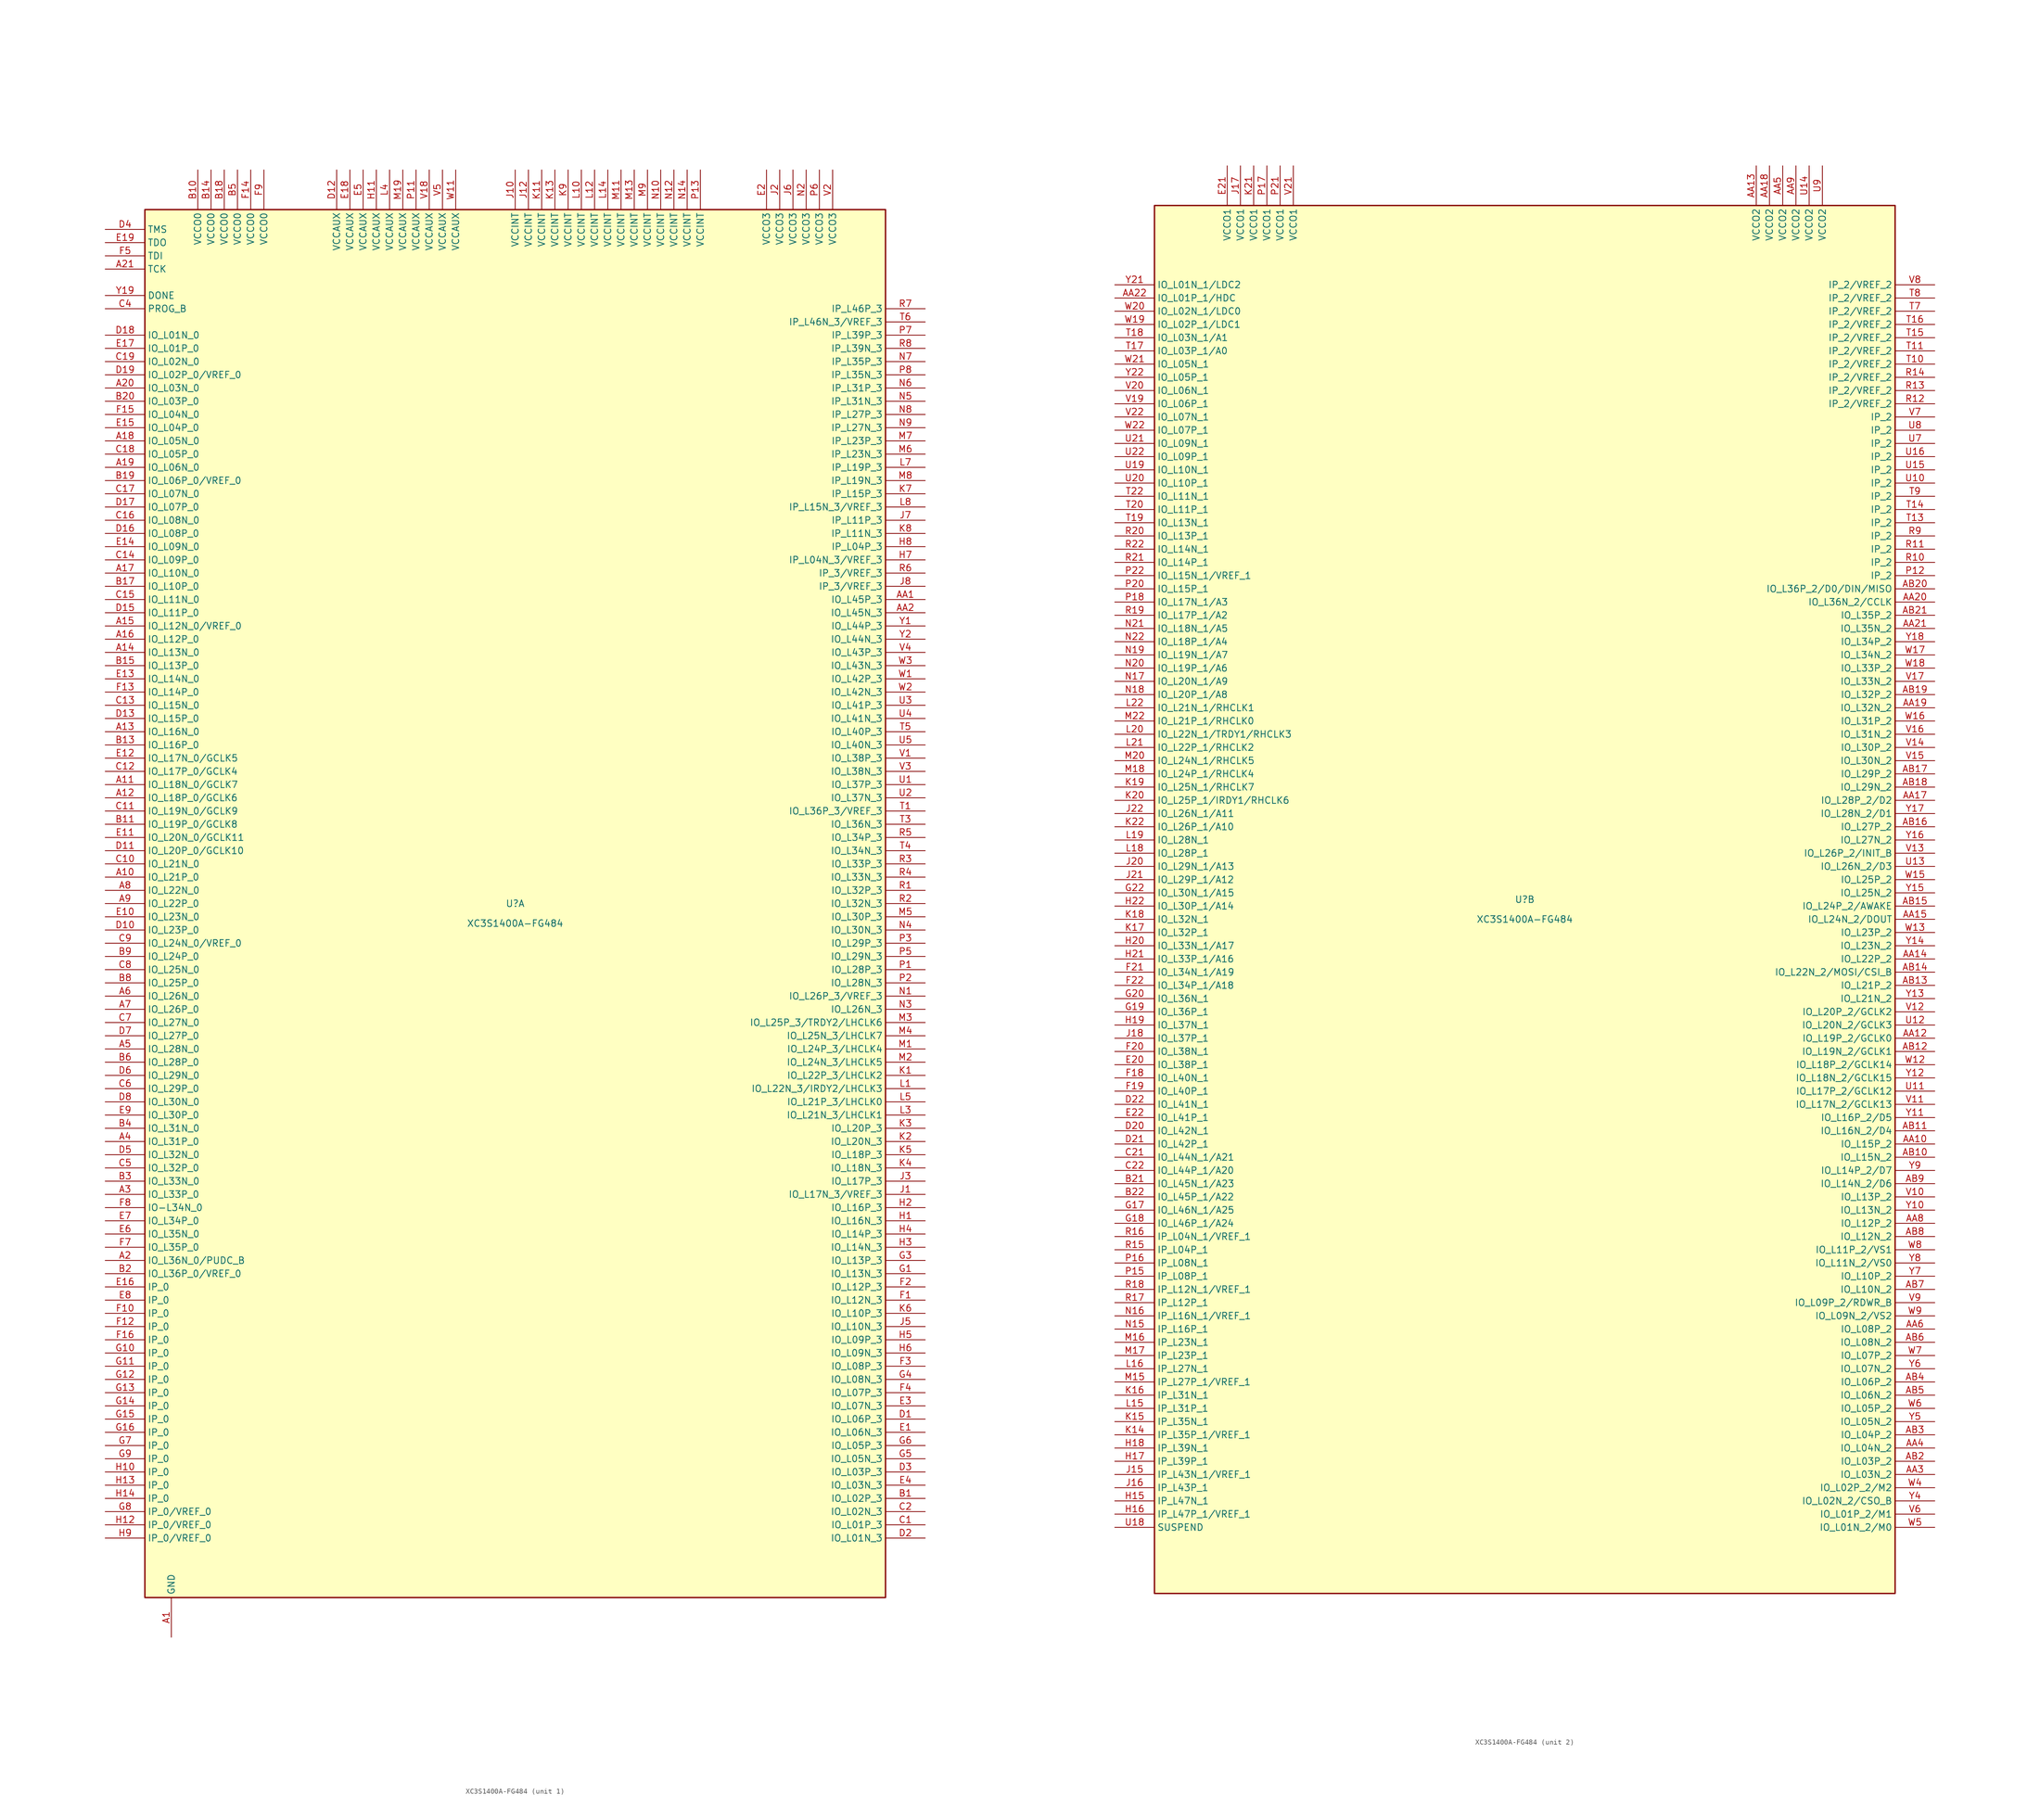
<source format=kicad_sym>
(kicad_symbol_lib
  (version 20231120)
  (generator "kicad_symbol_editor")
  (generator_version "8.0")
  (symbol "XC3S1400A-FG484"
    (property "Reference" "U"
      (at 0 0 0)
      (effects (font (size 1.27 1.27))))
    (property "Value" "XC3S1400A-FG484"
      (at 0 -3.81 0)
      (effects (font (size 1.27 1.27))))
    (property "ki_locked" ""
      (at 0 0 0)
      (effects (font (size 1.27 1.27))))
    (symbol "XC3S1400A-FG484_0_1"
      (rectangle (start -71.12 133.35) (end 71.12 -133.35) (stroke (width 0.254) (type default)) (fill (type background))))
    (symbol "XC3S1400A-FG484_1_1"
      (pin power_in line (at -66.04 -140.97 90) (length 7.62) (name "GND" (effects (font (size 1.27 1.27)))) (number "A1" (effects (font (size 1.27 1.27)))))
      (pin bidirectional line (at -78.74 5.08 0) (length 7.62) (name "IO_L21P_0" (effects (font (size 1.27 1.27)))) (number "A10" (effects (font (size 1.27 1.27)))))
      (pin bidirectional line (at -78.74 22.86 0) (length 7.62) (name "IO_L18N_0/GCLK7" (effects (font (size 1.27 1.27)))) (number "A11" (effects (font (size 1.27 1.27)))))
      (pin bidirectional line (at -78.74 20.32 0) (length 7.62) (name "IO_L18P_0/GCLK6" (effects (font (size 1.27 1.27)))) (number "A12" (effects (font (size 1.27 1.27)))))
      (pin bidirectional line (at -78.74 33.02 0) (length 7.62) (name "IO_L16N_0" (effects (font (size 1.27 1.27)))) (number "A13" (effects (font (size 1.27 1.27)))))
      (pin bidirectional line (at -78.74 48.26 0) (length 7.62) (name "IO_L13N_0" (effects (font (size 1.27 1.27)))) (number "A14" (effects (font (size 1.27 1.27)))))
      (pin bidirectional line (at -78.74 53.34 0) (length 7.62) (name "IO_L12N_0/VREF_0" (effects (font (size 1.27 1.27)))) (number "A15" (effects (font (size 1.27 1.27)))))
      (pin bidirectional line (at -78.74 50.8 0) (length 7.62) (name "IO_L12P_0" (effects (font (size 1.27 1.27)))) (number "A16" (effects (font (size 1.27 1.27)))))
      (pin bidirectional line (at -78.74 63.5 0) (length 7.62) (name "IO_L10N_0" (effects (font (size 1.27 1.27)))) (number "A17" (effects (font (size 1.27 1.27)))))
      (pin bidirectional line (at -78.74 88.9 0) (length 7.62) (name "IO_L05N_0" (effects (font (size 1.27 1.27)))) (number "A18" (effects (font (size 1.27 1.27)))))
      (pin bidirectional line (at -78.74 83.82 0) (length 7.62) (name "IO_L06N_0" (effects (font (size 1.27 1.27)))) (number "A19" (effects (font (size 1.27 1.27)))))
      (pin bidirectional line (at -78.74 -68.58 0) (length 7.62) (name "IO_L36N_0/PUDC_B" (effects (font (size 1.27 1.27)))) (number "A2" (effects (font (size 1.27 1.27)))))
      (pin bidirectional line (at -78.74 99.06 0) (length 7.62) (name "IO_L03N_0" (effects (font (size 1.27 1.27)))) (number "A20" (effects (font (size 1.27 1.27)))))
      (pin input line (at -78.74 121.92 0) (length 7.62) (name "TCK" (effects (font (size 1.27 1.27)))) (number "A21" (effects (font (size 1.27 1.27)))))
      (pin passive line (at -66.04 -140.97 90) (length 7.62) hide (name "GND" (effects (font (size 1.27 1.27)))) (number "A22" (effects (font (size 1.27 1.27)))))
      (pin bidirectional line (at -78.74 -55.88 0) (length 7.62) (name "IO_L33P_0" (effects (font (size 1.27 1.27)))) (number "A3" (effects (font (size 1.27 1.27)))))
      (pin bidirectional line (at -78.74 -45.72 0) (length 7.62) (name "IO_L31P_0" (effects (font (size 1.27 1.27)))) (number "A4" (effects (font (size 1.27 1.27)))))
      (pin bidirectional line (at -78.74 -27.94 0) (length 7.62) (name "IO_L28N_0" (effects (font (size 1.27 1.27)))) (number "A5" (effects (font (size 1.27 1.27)))))
      (pin bidirectional line (at -78.74 -17.78 0) (length 7.62) (name "IO_L26N_0" (effects (font (size 1.27 1.27)))) (number "A6" (effects (font (size 1.27 1.27)))))
      (pin bidirectional line (at -78.74 -20.32 0) (length 7.62) (name "IO_L26P_0" (effects (font (size 1.27 1.27)))) (number "A7" (effects (font (size 1.27 1.27)))))
      (pin bidirectional line (at -78.74 2.54 0) (length 7.62) (name "IO_L22N_0" (effects (font (size 1.27 1.27)))) (number "A8" (effects (font (size 1.27 1.27)))))
      (pin bidirectional line (at -78.74 0 0) (length 7.62) (name "IO_L22P_0" (effects (font (size 1.27 1.27)))) (number "A9" (effects (font (size 1.27 1.27)))))
      (pin bidirectional line (at 78.74 58.42 180) (length 7.62) (name "IO_L45P_3" (effects (font (size 1.27 1.27)))) (number "AA1" (effects (font (size 1.27 1.27)))))
      (pin passive line (at -66.04 -140.97 90) (length 7.62) hide (name "GND" (effects (font (size 1.27 1.27)))) (number "AA11" (effects (font (size 1.27 1.27)))))
      (pin passive line (at -66.04 -140.97 90) (length 7.62) hide (name "GND" (effects (font (size 1.27 1.27)))) (number "AA16" (effects (font (size 1.27 1.27)))))
      (pin bidirectional line (at 78.74 55.88 180) (length 7.62) (name "IO_L45N_3" (effects (font (size 1.27 1.27)))) (number "AA2" (effects (font (size 1.27 1.27)))))
      (pin passive line (at -66.04 -140.97 90) (length 7.62) hide (name "GND" (effects (font (size 1.27 1.27)))) (number "AA7" (effects (font (size 1.27 1.27)))))
      (pin passive line (at -66.04 -140.97 90) (length 7.62) hide (name "GND" (effects (font (size 1.27 1.27)))) (number "AB1" (effects (font (size 1.27 1.27)))))
      (pin passive line (at -66.04 -140.97 90) (length 7.62) hide (name "GND" (effects (font (size 1.27 1.27)))) (number "AB22" (effects (font (size 1.27 1.27)))))
      (pin bidirectional line (at 78.74 -114.3 180) (length 7.62) (name "IO_L02P_3" (effects (font (size 1.27 1.27)))) (number "B1" (effects (font (size 1.27 1.27)))))
      (pin power_in line (at -60.96 140.97 270) (length 7.62) (name "VCCO0" (effects (font (size 1.27 1.27)))) (number "B10" (effects (font (size 1.27 1.27)))))
      (pin bidirectional line (at -78.74 15.24 0) (length 7.62) (name "IO_L19P_0/GCLK8" (effects (font (size 1.27 1.27)))) (number "B11" (effects (font (size 1.27 1.27)))))
      (pin passive line (at -66.04 -140.97 90) (length 7.62) hide (name "GND" (effects (font (size 1.27 1.27)))) (number "B12" (effects (font (size 1.27 1.27)))))
      (pin bidirectional line (at -78.74 30.48 0) (length 7.62) (name "IO_L16P_0" (effects (font (size 1.27 1.27)))) (number "B13" (effects (font (size 1.27 1.27)))))
      (pin power_in line (at -58.42 140.97 270) (length 7.62) (name "VCCO0" (effects (font (size 1.27 1.27)))) (number "B14" (effects (font (size 1.27 1.27)))))
      (pin bidirectional line (at -78.74 45.72 0) (length 7.62) (name "IO_L13P_0" (effects (font (size 1.27 1.27)))) (number "B15" (effects (font (size 1.27 1.27)))))
      (pin passive line (at -66.04 -140.97 90) (length 7.62) hide (name "GND" (effects (font (size 1.27 1.27)))) (number "B16" (effects (font (size 1.27 1.27)))))
      (pin bidirectional line (at -78.74 60.96 0) (length 7.62) (name "IO_L10P_0" (effects (font (size 1.27 1.27)))) (number "B17" (effects (font (size 1.27 1.27)))))
      (pin power_in line (at -55.88 140.97 270) (length 7.62) (name "VCCO0" (effects (font (size 1.27 1.27)))) (number "B18" (effects (font (size 1.27 1.27)))))
      (pin bidirectional line (at -78.74 81.28 0) (length 7.62) (name "IO_L06P_0/VREF_0" (effects (font (size 1.27 1.27)))) (number "B19" (effects (font (size 1.27 1.27)))))
      (pin bidirectional line (at -78.74 -71.12 0) (length 7.62) (name "IO_L36P_0/VREF_0" (effects (font (size 1.27 1.27)))) (number "B2" (effects (font (size 1.27 1.27)))))
      (pin bidirectional line (at -78.74 96.52 0) (length 7.62) (name "IO_L03P_0" (effects (font (size 1.27 1.27)))) (number "B20" (effects (font (size 1.27 1.27)))))
      (pin bidirectional line (at -78.74 -53.34 0) (length 7.62) (name "IO_L33N_0" (effects (font (size 1.27 1.27)))) (number "B3" (effects (font (size 1.27 1.27)))))
      (pin bidirectional line (at -78.74 -43.18 0) (length 7.62) (name "IO_L31N_0" (effects (font (size 1.27 1.27)))) (number "B4" (effects (font (size 1.27 1.27)))))
      (pin power_in line (at -53.34 140.97 270) (length 7.62) (name "VCCO0" (effects (font (size 1.27 1.27)))) (number "B5" (effects (font (size 1.27 1.27)))))
      (pin bidirectional line (at -78.74 -30.48 0) (length 7.62) (name "IO_L28P_0" (effects (font (size 1.27 1.27)))) (number "B6" (effects (font (size 1.27 1.27)))))
      (pin passive line (at -66.04 -140.97 90) (length 7.62) hide (name "GND" (effects (font (size 1.27 1.27)))) (number "B7" (effects (font (size 1.27 1.27)))))
      (pin bidirectional line (at -78.74 -15.24 0) (length 7.62) (name "IO_L25P_0" (effects (font (size 1.27 1.27)))) (number "B8" (effects (font (size 1.27 1.27)))))
      (pin bidirectional line (at -78.74 -10.16 0) (length 7.62) (name "IO_L24P_0" (effects (font (size 1.27 1.27)))) (number "B9" (effects (font (size 1.27 1.27)))))
      (pin bidirectional line (at 78.74 -119.38 180) (length 7.62) (name "IO_L01P_3" (effects (font (size 1.27 1.27)))) (number "C1" (effects (font (size 1.27 1.27)))))
      (pin bidirectional line (at -78.74 7.62 0) (length 7.62) (name "IO_L21N_0" (effects (font (size 1.27 1.27)))) (number "C10" (effects (font (size 1.27 1.27)))))
      (pin bidirectional line (at -78.74 17.78 0) (length 7.62) (name "IO_L19N_0/GCLK9" (effects (font (size 1.27 1.27)))) (number "C11" (effects (font (size 1.27 1.27)))))
      (pin bidirectional line (at -78.74 25.4 0) (length 7.62) (name "IO_L17P_0/GCLK4" (effects (font (size 1.27 1.27)))) (number "C12" (effects (font (size 1.27 1.27)))))
      (pin bidirectional line (at -78.74 38.1 0) (length 7.62) (name "IO_L15N_0" (effects (font (size 1.27 1.27)))) (number "C13" (effects (font (size 1.27 1.27)))))
      (pin bidirectional line (at -78.74 66.04 0) (length 7.62) (name "IO_L09P_0" (effects (font (size 1.27 1.27)))) (number "C14" (effects (font (size 1.27 1.27)))))
      (pin bidirectional line (at -78.74 58.42 0) (length 7.62) (name "IO_L11N_0" (effects (font (size 1.27 1.27)))) (number "C15" (effects (font (size 1.27 1.27)))))
      (pin bidirectional line (at -78.74 73.66 0) (length 7.62) (name "IO_L08N_0" (effects (font (size 1.27 1.27)))) (number "C16" (effects (font (size 1.27 1.27)))))
      (pin bidirectional line (at -78.74 78.74 0) (length 7.62) (name "IO_L07N_0" (effects (font (size 1.27 1.27)))) (number "C17" (effects (font (size 1.27 1.27)))))
      (pin bidirectional line (at -78.74 86.36 0) (length 7.62) (name "IO_L05P_0" (effects (font (size 1.27 1.27)))) (number "C18" (effects (font (size 1.27 1.27)))))
      (pin bidirectional line (at -78.74 104.14 0) (length 7.62) (name "IO_L02N_0" (effects (font (size 1.27 1.27)))) (number "C19" (effects (font (size 1.27 1.27)))))
      (pin bidirectional line (at 78.74 -116.84 180) (length 7.62) (name "IO_L02N_3" (effects (font (size 1.27 1.27)))) (number "C2" (effects (font (size 1.27 1.27)))))
      (pin passive line (at -66.04 -140.97 90) (length 7.62) hide (name "GND" (effects (font (size 1.27 1.27)))) (number "C20" (effects (font (size 1.27 1.27)))))
      (pin passive line (at -66.04 -140.97 90) (length 7.62) hide (name "GND" (effects (font (size 1.27 1.27)))) (number "C3" (effects (font (size 1.27 1.27)))))
      (pin bidirectional line (at -78.74 114.3 0) (length 7.62) (name "PROG_B" (effects (font (size 1.27 1.27)))) (number "C4" (effects (font (size 1.27 1.27)))))
      (pin bidirectional line (at -78.74 -50.8 0) (length 7.62) (name "IO_L32P_0" (effects (font (size 1.27 1.27)))) (number "C5" (effects (font (size 1.27 1.27)))))
      (pin bidirectional line (at -78.74 -35.56 0) (length 7.62) (name "IO_L29P_0" (effects (font (size 1.27 1.27)))) (number "C6" (effects (font (size 1.27 1.27)))))
      (pin bidirectional line (at -78.74 -22.86 0) (length 7.62) (name "IO_L27N_0" (effects (font (size 1.27 1.27)))) (number "C7" (effects (font (size 1.27 1.27)))))
      (pin bidirectional line (at -78.74 -12.7 0) (length 7.62) (name "IO_L25N_0" (effects (font (size 1.27 1.27)))) (number "C8" (effects (font (size 1.27 1.27)))))
      (pin bidirectional line (at -78.74 -7.62 0) (length 7.62) (name "IO_L24N_0/VREF_0" (effects (font (size 1.27 1.27)))) (number "C9" (effects (font (size 1.27 1.27)))))
      (pin bidirectional line (at 78.74 -99.06 180) (length 7.62) (name "IO_L06P_3" (effects (font (size 1.27 1.27)))) (number "D1" (effects (font (size 1.27 1.27)))))
      (pin bidirectional line (at -78.74 -5.08 0) (length 7.62) (name "IO_L23P_0" (effects (font (size 1.27 1.27)))) (number "D10" (effects (font (size 1.27 1.27)))))
      (pin bidirectional line (at -78.74 10.16 0) (length 7.62) (name "IO_L20P_0/GCLK10" (effects (font (size 1.27 1.27)))) (number "D11" (effects (font (size 1.27 1.27)))))
      (pin power_in line (at -34.29 140.97 270) (length 7.62) (name "VCCAUX" (effects (font (size 1.27 1.27)))) (number "D12" (effects (font (size 1.27 1.27)))))
      (pin bidirectional line (at -78.74 35.56 0) (length 7.62) (name "IO_L15P_0" (effects (font (size 1.27 1.27)))) (number "D13" (effects (font (size 1.27 1.27)))))
      (pin passive line (at -66.04 -140.97 90) (length 7.62) hide (name "GND" (effects (font (size 1.27 1.27)))) (number "D14" (effects (font (size 1.27 1.27)))))
      (pin bidirectional line (at -78.74 55.88 0) (length 7.62) (name "IO_L11P_0" (effects (font (size 1.27 1.27)))) (number "D15" (effects (font (size 1.27 1.27)))))
      (pin bidirectional line (at -78.74 71.12 0) (length 7.62) (name "IO_L08P_0" (effects (font (size 1.27 1.27)))) (number "D16" (effects (font (size 1.27 1.27)))))
      (pin bidirectional line (at -78.74 76.2 0) (length 7.62) (name "IO_L07P_0" (effects (font (size 1.27 1.27)))) (number "D17" (effects (font (size 1.27 1.27)))))
      (pin bidirectional line (at -78.74 109.22 0) (length 7.62) (name "IO_L01N_0" (effects (font (size 1.27 1.27)))) (number "D18" (effects (font (size 1.27 1.27)))))
      (pin bidirectional line (at -78.74 101.6 0) (length 7.62) (name "IO_L02P_0/VREF_0" (effects (font (size 1.27 1.27)))) (number "D19" (effects (font (size 1.27 1.27)))))
      (pin bidirectional line (at 78.74 -121.92 180) (length 7.62) (name "IO_L01N_3" (effects (font (size 1.27 1.27)))) (number "D2" (effects (font (size 1.27 1.27)))))
      (pin bidirectional line (at 78.74 -109.22 180) (length 7.62) (name "IO_L03P_3" (effects (font (size 1.27 1.27)))) (number "D3" (effects (font (size 1.27 1.27)))))
      (pin input line (at -78.74 129.54 0) (length 7.62) (name "TMS" (effects (font (size 1.27 1.27)))) (number "D4" (effects (font (size 1.27 1.27)))))
      (pin bidirectional line (at -78.74 -48.26 0) (length 7.62) (name "IO_L32N_0" (effects (font (size 1.27 1.27)))) (number "D5" (effects (font (size 1.27 1.27)))))
      (pin bidirectional line (at -78.74 -33.02 0) (length 7.62) (name "IO_L29N_0" (effects (font (size 1.27 1.27)))) (number "D6" (effects (font (size 1.27 1.27)))))
      (pin bidirectional line (at -78.74 -25.4 0) (length 7.62) (name "IO_L27P_0" (effects (font (size 1.27 1.27)))) (number "D7" (effects (font (size 1.27 1.27)))))
      (pin bidirectional line (at -78.74 -38.1 0) (length 7.62) (name "IO_L30N_0" (effects (font (size 1.27 1.27)))) (number "D8" (effects (font (size 1.27 1.27)))))
      (pin passive line (at -66.04 -140.97 90) (length 7.62) hide (name "GND" (effects (font (size 1.27 1.27)))) (number "D9" (effects (font (size 1.27 1.27)))))
      (pin bidirectional line (at 78.74 -101.6 180) (length 7.62) (name "IO_L06N_3" (effects (font (size 1.27 1.27)))) (number "E1" (effects (font (size 1.27 1.27)))))
      (pin bidirectional line (at -78.74 -2.54 0) (length 7.62) (name "IO_L23N_0" (effects (font (size 1.27 1.27)))) (number "E10" (effects (font (size 1.27 1.27)))))
      (pin bidirectional line (at -78.74 12.7 0) (length 7.62) (name "IO_L20N_0/GCLK11" (effects (font (size 1.27 1.27)))) (number "E11" (effects (font (size 1.27 1.27)))))
      (pin bidirectional line (at -78.74 27.94 0) (length 7.62) (name "IO_L17N_0/GCLK5" (effects (font (size 1.27 1.27)))) (number "E12" (effects (font (size 1.27 1.27)))))
      (pin bidirectional line (at -78.74 43.18 0) (length 7.62) (name "IO_L14N_0" (effects (font (size 1.27 1.27)))) (number "E13" (effects (font (size 1.27 1.27)))))
      (pin bidirectional line (at -78.74 68.58 0) (length 7.62) (name "IO_L09N_0" (effects (font (size 1.27 1.27)))) (number "E14" (effects (font (size 1.27 1.27)))))
      (pin bidirectional line (at -78.74 91.44 0) (length 7.62) (name "IO_L04P_0" (effects (font (size 1.27 1.27)))) (number "E15" (effects (font (size 1.27 1.27)))))
      (pin input line (at -78.74 -73.66 0) (length 7.62) (name "IP_0" (effects (font (size 1.27 1.27)))) (number "E16" (effects (font (size 1.27 1.27)))))
      (pin bidirectional line (at -78.74 106.68 0) (length 7.62) (name "IO_L01P_0" (effects (font (size 1.27 1.27)))) (number "E17" (effects (font (size 1.27 1.27)))))
      (pin power_in line (at -31.75 140.97 270) (length 7.62) (name "VCCAUX" (effects (font (size 1.27 1.27)))) (number "E18" (effects (font (size 1.27 1.27)))))
      (pin output line (at -78.74 127 0) (length 7.62) (name "TDO" (effects (font (size 1.27 1.27)))) (number "E19" (effects (font (size 1.27 1.27)))))
      (pin passive line (at 48.26 140.97 270) (length 7.62) (name "VCCO3" (effects (font (size 1.27 1.27)))) (number "E2" (effects (font (size 1.27 1.27)))))
      (pin bidirectional line (at 78.74 -96.52 180) (length 7.62) (name "IO_L07N_3" (effects (font (size 1.27 1.27)))) (number "E3" (effects (font (size 1.27 1.27)))))
      (pin bidirectional line (at 78.74 -111.76 180) (length 7.62) (name "IO_L03N_3" (effects (font (size 1.27 1.27)))) (number "E4" (effects (font (size 1.27 1.27)))))
      (pin power_in line (at -29.21 140.97 270) (length 7.62) (name "VCCAUX" (effects (font (size 1.27 1.27)))) (number "E5" (effects (font (size 1.27 1.27)))))
      (pin bidirectional line (at -78.74 -63.5 0) (length 7.62) (name "IO_L35N_0" (effects (font (size 1.27 1.27)))) (number "E6" (effects (font (size 1.27 1.27)))))
      (pin bidirectional line (at -78.74 -60.96 0) (length 7.62) (name "IO_L34P_0" (effects (font (size 1.27 1.27)))) (number "E7" (effects (font (size 1.27 1.27)))))
      (pin input line (at -78.74 -76.2 0) (length 7.62) (name "IP_0" (effects (font (size 1.27 1.27)))) (number "E8" (effects (font (size 1.27 1.27)))))
      (pin bidirectional line (at -78.74 -40.64 0) (length 7.62) (name "IO_L30P_0" (effects (font (size 1.27 1.27)))) (number "E9" (effects (font (size 1.27 1.27)))))
      (pin bidirectional line (at 78.74 -76.2 180) (length 7.62) (name "IO_L12N_3" (effects (font (size 1.27 1.27)))) (number "F1" (effects (font (size 1.27 1.27)))))
      (pin input line (at -78.74 -78.74 0) (length 7.62) (name "IP_0" (effects (font (size 1.27 1.27)))) (number "F10" (effects (font (size 1.27 1.27)))))
      (pin passive line (at -66.04 -140.97 90) (length 7.62) hide (name "GND" (effects (font (size 1.27 1.27)))) (number "F11" (effects (font (size 1.27 1.27)))))
      (pin input line (at -78.74 -81.28 0) (length 7.62) (name "IP_0" (effects (font (size 1.27 1.27)))) (number "F12" (effects (font (size 1.27 1.27)))))
      (pin bidirectional line (at -78.74 40.64 0) (length 7.62) (name "IO_L14P_0" (effects (font (size 1.27 1.27)))) (number "F13" (effects (font (size 1.27 1.27)))))
      (pin power_in line (at -50.8 140.97 270) (length 7.62) (name "VCCO0" (effects (font (size 1.27 1.27)))) (number "F14" (effects (font (size 1.27 1.27)))))
      (pin bidirectional line (at -78.74 93.98 0) (length 7.62) (name "IO_L04N_0" (effects (font (size 1.27 1.27)))) (number "F15" (effects (font (size 1.27 1.27)))))
      (pin input line (at -78.74 -83.82 0) (length 7.62) (name "IP_0" (effects (font (size 1.27 1.27)))) (number "F16" (effects (font (size 1.27 1.27)))))
      (pin passive line (at -66.04 -140.97 90) (length 7.62) hide (name "GND" (effects (font (size 1.27 1.27)))) (number "F17" (effects (font (size 1.27 1.27)))))
      (pin bidirectional line (at 78.74 -73.66 180) (length 7.62) (name "IO_L12P_3" (effects (font (size 1.27 1.27)))) (number "F2" (effects (font (size 1.27 1.27)))))
      (pin bidirectional line (at 78.74 -88.9 180) (length 7.62) (name "IO_L08P_3" (effects (font (size 1.27 1.27)))) (number "F3" (effects (font (size 1.27 1.27)))))
      (pin bidirectional line (at 78.74 -93.98 180) (length 7.62) (name "IO_L07P_3" (effects (font (size 1.27 1.27)))) (number "F4" (effects (font (size 1.27 1.27)))))
      (pin input line (at -78.74 124.46 0) (length 7.62) (name "TDI" (effects (font (size 1.27 1.27)))) (number "F5" (effects (font (size 1.27 1.27)))))
      (pin passive line (at -66.04 -140.97 90) (length 7.62) hide (name "GND" (effects (font (size 1.27 1.27)))) (number "F6" (effects (font (size 1.27 1.27)))))
      (pin bidirectional line (at -78.74 -66.04 0) (length 7.62) (name "IO_L35P_0" (effects (font (size 1.27 1.27)))) (number "F7" (effects (font (size 1.27 1.27)))))
      (pin bidirectional line (at -78.74 -58.42 0) (length 7.62) (name "IO-L34N_0" (effects (font (size 1.27 1.27)))) (number "F8" (effects (font (size 1.27 1.27)))))
      (pin power_in line (at -48.26 140.97 270) (length 7.62) (name "VCCO0" (effects (font (size 1.27 1.27)))) (number "F9" (effects (font (size 1.27 1.27)))))
      (pin bidirectional line (at 78.74 -71.12 180) (length 7.62) (name "IO_L13N_3" (effects (font (size 1.27 1.27)))) (number "G1" (effects (font (size 1.27 1.27)))))
      (pin input line (at -78.74 -86.36 0) (length 7.62) (name "IP_0" (effects (font (size 1.27 1.27)))) (number "G10" (effects (font (size 1.27 1.27)))))
      (pin input line (at -78.74 -88.9 0) (length 7.62) (name "IP_0" (effects (font (size 1.27 1.27)))) (number "G11" (effects (font (size 1.27 1.27)))))
      (pin input line (at -78.74 -91.44 0) (length 7.62) (name "IP_0" (effects (font (size 1.27 1.27)))) (number "G12" (effects (font (size 1.27 1.27)))))
      (pin input line (at -78.74 -93.98 0) (length 7.62) (name "IP_0" (effects (font (size 1.27 1.27)))) (number "G13" (effects (font (size 1.27 1.27)))))
      (pin input line (at -78.74 -96.52 0) (length 7.62) (name "IP_0" (effects (font (size 1.27 1.27)))) (number "G14" (effects (font (size 1.27 1.27)))))
      (pin input line (at -78.74 -99.06 0) (length 7.62) (name "IP_0" (effects (font (size 1.27 1.27)))) (number "G15" (effects (font (size 1.27 1.27)))))
      (pin input line (at -78.74 -101.6 0) (length 7.62) (name "IP_0" (effects (font (size 1.27 1.27)))) (number "G16" (effects (font (size 1.27 1.27)))))
      (pin passive line (at -66.04 -140.97 90) (length 7.62) hide (name "GND" (effects (font (size 1.27 1.27)))) (number "G2" (effects (font (size 1.27 1.27)))))
      (pin passive line (at -66.04 -140.97 90) (length 7.62) hide (name "GND" (effects (font (size 1.27 1.27)))) (number "G21" (effects (font (size 1.27 1.27)))))
      (pin bidirectional line (at 78.74 -68.58 180) (length 7.62) (name "IO_L13P_3" (effects (font (size 1.27 1.27)))) (number "G3" (effects (font (size 1.27 1.27)))))
      (pin bidirectional line (at 78.74 -91.44 180) (length 7.62) (name "IO_L08N_3" (effects (font (size 1.27 1.27)))) (number "G4" (effects (font (size 1.27 1.27)))))
      (pin bidirectional line (at 78.74 -106.68 180) (length 7.62) (name "IO_L05N_3" (effects (font (size 1.27 1.27)))) (number "G5" (effects (font (size 1.27 1.27)))))
      (pin bidirectional line (at 78.74 -104.14 180) (length 7.62) (name "IO_L05P_3" (effects (font (size 1.27 1.27)))) (number "G6" (effects (font (size 1.27 1.27)))))
      (pin input line (at -78.74 -104.14 0) (length 7.62) (name "IP_0" (effects (font (size 1.27 1.27)))) (number "G7" (effects (font (size 1.27 1.27)))))
      (pin input line (at -78.74 -116.84 0) (length 7.62) (name "IP_0/VREF_0" (effects (font (size 1.27 1.27)))) (number "G8" (effects (font (size 1.27 1.27)))))
      (pin input line (at -78.74 -106.68 0) (length 7.62) (name "IP_0" (effects (font (size 1.27 1.27)))) (number "G9" (effects (font (size 1.27 1.27)))))
      (pin bidirectional line (at 78.74 -60.96 180) (length 7.62) (name "IO_L16N_3" (effects (font (size 1.27 1.27)))) (number "H1" (effects (font (size 1.27 1.27)))))
      (pin input line (at -78.74 -109.22 0) (length 7.62) (name "IP_0" (effects (font (size 1.27 1.27)))) (number "H10" (effects (font (size 1.27 1.27)))))
      (pin power_in line (at -26.67 140.97 270) (length 7.62) (name "VCCAUX" (effects (font (size 1.27 1.27)))) (number "H11" (effects (font (size 1.27 1.27)))))
      (pin input line (at -78.74 -119.38 0) (length 7.62) (name "IP_0/VREF_0" (effects (font (size 1.27 1.27)))) (number "H12" (effects (font (size 1.27 1.27)))))
      (pin input line (at -78.74 -111.76 0) (length 7.62) (name "IP_0" (effects (font (size 1.27 1.27)))) (number "H13" (effects (font (size 1.27 1.27)))))
      (pin input line (at -78.74 -114.3 0) (length 7.62) (name "IP_0" (effects (font (size 1.27 1.27)))) (number "H14" (effects (font (size 1.27 1.27)))))
      (pin bidirectional line (at 78.74 -58.42 180) (length 7.62) (name "IO_L16P_3" (effects (font (size 1.27 1.27)))) (number "H2" (effects (font (size 1.27 1.27)))))
      (pin bidirectional line (at 78.74 -66.04 180) (length 7.62) (name "IO_L14N_3" (effects (font (size 1.27 1.27)))) (number "H3" (effects (font (size 1.27 1.27)))))
      (pin bidirectional line (at 78.74 -63.5 180) (length 7.62) (name "IO_L14P_3" (effects (font (size 1.27 1.27)))) (number "H4" (effects (font (size 1.27 1.27)))))
      (pin bidirectional line (at 78.74 -83.82 180) (length 7.62) (name "IO_L09P_3" (effects (font (size 1.27 1.27)))) (number "H5" (effects (font (size 1.27 1.27)))))
      (pin bidirectional line (at 78.74 -86.36 180) (length 7.62) (name "IO_L09N_3" (effects (font (size 1.27 1.27)))) (number "H6" (effects (font (size 1.27 1.27)))))
      (pin input line (at 78.74 66.04 180) (length 7.62) (name "IP_L04N_3/VREF_3" (effects (font (size 1.27 1.27)))) (number "H7" (effects (font (size 1.27 1.27)))))
      (pin input line (at 78.74 68.58 180) (length 7.62) (name "IP_L04P_3" (effects (font (size 1.27 1.27)))) (number "H8" (effects (font (size 1.27 1.27)))))
      (pin input line (at -78.74 -121.92 0) (length 7.62) (name "IP_0/VREF_0" (effects (font (size 1.27 1.27)))) (number "H9" (effects (font (size 1.27 1.27)))))
      (pin bidirectional line (at 78.74 -55.88 180) (length 7.62) (name "IO_L17N_3/VREF_3" (effects (font (size 1.27 1.27)))) (number "J1" (effects (font (size 1.27 1.27)))))
      (pin power_in line (at 0 140.97 270) (length 7.62) (name "VCCINT" (effects (font (size 1.27 1.27)))) (number "J10" (effects (font (size 1.27 1.27)))))
      (pin passive line (at -66.04 -140.97 90) (length 7.62) hide (name "GND" (effects (font (size 1.27 1.27)))) (number "J11" (effects (font (size 1.27 1.27)))))
      (pin power_in line (at 2.54 140.97 270) (length 7.62) (name "VCCINT" (effects (font (size 1.27 1.27)))) (number "J12" (effects (font (size 1.27 1.27)))))
      (pin passive line (at -66.04 -140.97 90) (length 7.62) hide (name "GND" (effects (font (size 1.27 1.27)))) (number "J13" (effects (font (size 1.27 1.27)))))
      (pin passive line (at -66.04 -140.97 90) (length 7.62) hide (name "GND" (effects (font (size 1.27 1.27)))) (number "J14" (effects (font (size 1.27 1.27)))))
      (pin passive line (at -66.04 -140.97 90) (length 7.62) hide (name "GND" (effects (font (size 1.27 1.27)))) (number "J19" (effects (font (size 1.27 1.27)))))
      (pin power_in line (at 50.8 140.97 270) (length 7.62) (name "VCCO3" (effects (font (size 1.27 1.27)))) (number "J2" (effects (font (size 1.27 1.27)))))
      (pin bidirectional line (at 78.74 -53.34 180) (length 7.62) (name "IO_L17P_3" (effects (font (size 1.27 1.27)))) (number "J3" (effects (font (size 1.27 1.27)))))
      (pin passive line (at -66.04 -140.97 90) (length 7.62) hide (name "GND" (effects (font (size 1.27 1.27)))) (number "J4" (effects (font (size 1.27 1.27)))))
      (pin bidirectional line (at 78.74 -81.28 180) (length 7.62) (name "IO_L10N_3" (effects (font (size 1.27 1.27)))) (number "J5" (effects (font (size 1.27 1.27)))))
      (pin power_in line (at 53.34 140.97 270) (length 7.62) (name "VCCO3" (effects (font (size 1.27 1.27)))) (number "J6" (effects (font (size 1.27 1.27)))))
      (pin input line (at 78.74 73.66 180) (length 7.62) (name "IP_L11P_3" (effects (font (size 1.27 1.27)))) (number "J7" (effects (font (size 1.27 1.27)))))
      (pin input line (at 78.74 60.96 180) (length 7.62) (name "IP_3/VREF_3" (effects (font (size 1.27 1.27)))) (number "J8" (effects (font (size 1.27 1.27)))))
      (pin passive line (at -66.04 -140.97 90) (length 7.62) hide (name "GND" (effects (font (size 1.27 1.27)))) (number "J9" (effects (font (size 1.27 1.27)))))
      (pin bidirectional line (at 78.74 -33.02 180) (length 7.62) (name "IO_L22P_3/LHCLK2" (effects (font (size 1.27 1.27)))) (number "K1" (effects (font (size 1.27 1.27)))))
      (pin passive line (at -66.04 -140.97 90) (length 7.62) hide (name "GND" (effects (font (size 1.27 1.27)))) (number "K10" (effects (font (size 1.27 1.27)))))
      (pin power_in line (at 5.08 140.97 270) (length 7.62) (name "VCCINT" (effects (font (size 1.27 1.27)))) (number "K11" (effects (font (size 1.27 1.27)))))
      (pin passive line (at -66.04 -140.97 90) (length 7.62) hide (name "GND" (effects (font (size 1.27 1.27)))) (number "K12" (effects (font (size 1.27 1.27)))))
      (pin power_in line (at 7.62 140.97 270) (length 7.62) (name "VCCINT" (effects (font (size 1.27 1.27)))) (number "K13" (effects (font (size 1.27 1.27)))))
      (pin bidirectional line (at 78.74 -45.72 180) (length 7.62) (name "IO_L20N_3" (effects (font (size 1.27 1.27)))) (number "K2" (effects (font (size 1.27 1.27)))))
      (pin bidirectional line (at 78.74 -43.18 180) (length 7.62) (name "IO_L20P_3" (effects (font (size 1.27 1.27)))) (number "K3" (effects (font (size 1.27 1.27)))))
      (pin bidirectional line (at 78.74 -50.8 180) (length 7.62) (name "IO_L18N_3" (effects (font (size 1.27 1.27)))) (number "K4" (effects (font (size 1.27 1.27)))))
      (pin bidirectional line (at 78.74 -48.26 180) (length 7.62) (name "IO_L18P_3" (effects (font (size 1.27 1.27)))) (number "K5" (effects (font (size 1.27 1.27)))))
      (pin bidirectional line (at 78.74 -78.74 180) (length 7.62) (name "IO_L10P_3" (effects (font (size 1.27 1.27)))) (number "K6" (effects (font (size 1.27 1.27)))))
      (pin input line (at 78.74 78.74 180) (length 7.62) (name "IP_L15P_3" (effects (font (size 1.27 1.27)))) (number "K7" (effects (font (size 1.27 1.27)))))
      (pin input line (at 78.74 71.12 180) (length 7.62) (name "IP_L11N_3" (effects (font (size 1.27 1.27)))) (number "K8" (effects (font (size 1.27 1.27)))))
      (pin power_in line (at 10.16 140.97 270) (length 7.62) (name "VCCINT" (effects (font (size 1.27 1.27)))) (number "K9" (effects (font (size 1.27 1.27)))))
      (pin bidirectional line (at 78.74 -35.56 180) (length 7.62) (name "IO_L22N_3/IRDY2/LHCLK3" (effects (font (size 1.27 1.27)))) (number "L1" (effects (font (size 1.27 1.27)))))
      (pin power_in line (at 12.7 140.97 270) (length 7.62) (name "VCCINT" (effects (font (size 1.27 1.27)))) (number "L10" (effects (font (size 1.27 1.27)))))
      (pin passive line (at -66.04 -140.97 90) (length 7.62) hide (name "GND" (effects (font (size 1.27 1.27)))) (number "L11" (effects (font (size 1.27 1.27)))))
      (pin power_in line (at 15.24 140.97 270) (length 7.62) (name "VCCINT" (effects (font (size 1.27 1.27)))) (number "L12" (effects (font (size 1.27 1.27)))))
      (pin passive line (at -66.04 -140.97 90) (length 7.62) hide (name "GND" (effects (font (size 1.27 1.27)))) (number "L13" (effects (font (size 1.27 1.27)))))
      (pin power_in line (at 17.78 140.97 270) (length 7.62) (name "VCCINT" (effects (font (size 1.27 1.27)))) (number "L14" (effects (font (size 1.27 1.27)))))
      (pin passive line (at -66.04 -140.97 90) (length 7.62) hide (name "GND" (effects (font (size 1.27 1.27)))) (number "L17" (effects (font (size 1.27 1.27)))))
      (pin passive line (at -66.04 -140.97 90) (length 7.62) hide (name "GND" (effects (font (size 1.27 1.27)))) (number "L2" (effects (font (size 1.27 1.27)))))
      (pin bidirectional line (at 78.74 -40.64 180) (length 7.62) (name "IO_L21N_3/LHCLK1" (effects (font (size 1.27 1.27)))) (number "L3" (effects (font (size 1.27 1.27)))))
      (pin power_in line (at -24.13 140.97 270) (length 7.62) (name "VCCAUX" (effects (font (size 1.27 1.27)))) (number "L4" (effects (font (size 1.27 1.27)))))
      (pin bidirectional line (at 78.74 -38.1 180) (length 7.62) (name "IO_L21P_3/LHCLK0" (effects (font (size 1.27 1.27)))) (number "L5" (effects (font (size 1.27 1.27)))))
      (pin passive line (at -66.04 -140.97 90) (length 7.62) hide (name "GND" (effects (font (size 1.27 1.27)))) (number "L6" (effects (font (size 1.27 1.27)))))
      (pin input line (at 78.74 83.82 180) (length 7.62) (name "IP_L19P_3" (effects (font (size 1.27 1.27)))) (number "L7" (effects (font (size 1.27 1.27)))))
      (pin input line (at 78.74 76.2 180) (length 7.62) (name "IP_L15N_3/VREF_3" (effects (font (size 1.27 1.27)))) (number "L8" (effects (font (size 1.27 1.27)))))
      (pin passive line (at -66.04 -140.97 90) (length 7.62) hide (name "GND" (effects (font (size 1.27 1.27)))) (number "L9" (effects (font (size 1.27 1.27)))))
      (pin bidirectional line (at 78.74 -27.94 180) (length 7.62) (name "IO_L24P_3/LHCLK4" (effects (font (size 1.27 1.27)))) (number "M1" (effects (font (size 1.27 1.27)))))
      (pin passive line (at -66.04 -140.97 90) (length 7.62) hide (name "GND" (effects (font (size 1.27 1.27)))) (number "M10" (effects (font (size 1.27 1.27)))))
      (pin passive line (at 20.32 140.97 270) (length 7.62) (name "VCCINT" (effects (font (size 1.27 1.27)))) (number "M11" (effects (font (size 1.27 1.27)))))
      (pin passive line (at -66.04 -140.97 90) (length 7.62) hide (name "GND" (effects (font (size 1.27 1.27)))) (number "M12" (effects (font (size 1.27 1.27)))))
      (pin power_in line (at 22.86 140.97 270) (length 7.62) (name "VCCINT" (effects (font (size 1.27 1.27)))) (number "M13" (effects (font (size 1.27 1.27)))))
      (pin passive line (at -66.04 -140.97 90) (length 7.62) hide (name "GND" (effects (font (size 1.27 1.27)))) (number "M14" (effects (font (size 1.27 1.27)))))
      (pin power_in line (at -21.59 140.97 270) (length 7.62) (name "VCCAUX" (effects (font (size 1.27 1.27)))) (number "M19" (effects (font (size 1.27 1.27)))))
      (pin bidirectional line (at 78.74 -30.48 180) (length 7.62) (name "IO_L24N_3/LHCLK5" (effects (font (size 1.27 1.27)))) (number "M2" (effects (font (size 1.27 1.27)))))
      (pin passive line (at -66.04 -140.97 90) (length 7.62) hide (name "GND" (effects (font (size 1.27 1.27)))) (number "M21" (effects (font (size 1.27 1.27)))))
      (pin bidirectional line (at 78.74 -22.86 180) (length 7.62) (name "IO_L25P_3/TRDY2/LHCLK6" (effects (font (size 1.27 1.27)))) (number "M3" (effects (font (size 1.27 1.27)))))
      (pin bidirectional line (at 78.74 -25.4 180) (length 7.62) (name "IO_L25N_3/LHCLK7" (effects (font (size 1.27 1.27)))) (number "M4" (effects (font (size 1.27 1.27)))))
      (pin bidirectional line (at 78.74 -2.54 180) (length 7.62) (name "IO_L30P_3" (effects (font (size 1.27 1.27)))) (number "M5" (effects (font (size 1.27 1.27)))))
      (pin input line (at 78.74 86.36 180) (length 7.62) (name "IP_L23N_3" (effects (font (size 1.27 1.27)))) (number "M6" (effects (font (size 1.27 1.27)))))
      (pin input line (at 78.74 88.9 180) (length 7.62) (name "IP_L23P_3" (effects (font (size 1.27 1.27)))) (number "M7" (effects (font (size 1.27 1.27)))))
      (pin input line (at 78.74 81.28 180) (length 7.62) (name "IP_L19N_3" (effects (font (size 1.27 1.27)))) (number "M8" (effects (font (size 1.27 1.27)))))
      (pin power_in line (at 25.4 140.97 270) (length 7.62) (name "VCCINT" (effects (font (size 1.27 1.27)))) (number "M9" (effects (font (size 1.27 1.27)))))
      (pin bidirectional line (at 78.74 -17.78 180) (length 7.62) (name "IO_L26P_3/VREF_3" (effects (font (size 1.27 1.27)))) (number "N1" (effects (font (size 1.27 1.27)))))
      (pin power_in line (at 27.94 140.97 270) (length 7.62) (name "VCCINT" (effects (font (size 1.27 1.27)))) (number "N10" (effects (font (size 1.27 1.27)))))
      (pin passive line (at -66.04 -140.97 90) (length 7.62) hide (name "GND" (effects (font (size 1.27 1.27)))) (number "N11" (effects (font (size 1.27 1.27)))))
      (pin power_in line (at 30.48 140.97 270) (length 7.62) (name "VCCINT" (effects (font (size 1.27 1.27)))) (number "N12" (effects (font (size 1.27 1.27)))))
      (pin passive line (at -66.04 -140.97 90) (length 7.62) hide (name "GND" (effects (font (size 1.27 1.27)))) (number "N13" (effects (font (size 1.27 1.27)))))
      (pin power_in line (at 33.02 140.97 270) (length 7.62) (name "VCCINT" (effects (font (size 1.27 1.27)))) (number "N14" (effects (font (size 1.27 1.27)))))
      (pin power_in line (at 55.88 140.97 270) (length 7.62) (name "VCCO3" (effects (font (size 1.27 1.27)))) (number "N2" (effects (font (size 1.27 1.27)))))
      (pin bidirectional line (at 78.74 -20.32 180) (length 7.62) (name "IO_L26N_3" (effects (font (size 1.27 1.27)))) (number "N3" (effects (font (size 1.27 1.27)))))
      (pin bidirectional line (at 78.74 -5.08 180) (length 7.62) (name "IO_L30N_3" (effects (font (size 1.27 1.27)))) (number "N4" (effects (font (size 1.27 1.27)))))
      (pin input line (at 78.74 96.52 180) (length 7.62) (name "IP_L31N_3" (effects (font (size 1.27 1.27)))) (number "N5" (effects (font (size 1.27 1.27)))))
      (pin input line (at 78.74 99.06 180) (length 7.62) (name "IP_L31P_3" (effects (font (size 1.27 1.27)))) (number "N6" (effects (font (size 1.27 1.27)))))
      (pin input line (at 78.74 104.14 180) (length 7.62) (name "IP_L35P_3" (effects (font (size 1.27 1.27)))) (number "N7" (effects (font (size 1.27 1.27)))))
      (pin input line (at 78.74 93.98 180) (length 7.62) (name "IP_L27P_3" (effects (font (size 1.27 1.27)))) (number "N8" (effects (font (size 1.27 1.27)))))
      (pin input line (at 78.74 91.44 180) (length 7.62) (name "IP_L27N_3" (effects (font (size 1.27 1.27)))) (number "N9" (effects (font (size 1.27 1.27)))))
      (pin bidirectional line (at 78.74 -12.7 180) (length 7.62) (name "IO_L28P_3" (effects (font (size 1.27 1.27)))) (number "P1" (effects (font (size 1.27 1.27)))))
      (pin passive line (at -66.04 -140.97 90) (length 7.62) hide (name "GND" (effects (font (size 1.27 1.27)))) (number "P10" (effects (font (size 1.27 1.27)))))
      (pin power_in line (at -19.05 140.97 270) (length 7.62) (name "VCCAUX" (effects (font (size 1.27 1.27)))) (number "P11" (effects (font (size 1.27 1.27)))))
      (pin power_in line (at 35.56 140.97 270) (length 7.62) (name "VCCINT" (effects (font (size 1.27 1.27)))) (number "P13" (effects (font (size 1.27 1.27)))))
      (pin passive line (at -66.04 -140.97 90) (length 7.62) hide (name "GND" (effects (font (size 1.27 1.27)))) (number "P14" (effects (font (size 1.27 1.27)))))
      (pin passive line (at -66.04 -140.97 90) (length 7.62) hide (name "GND" (effects (font (size 1.27 1.27)))) (number "P19" (effects (font (size 1.27 1.27)))))
      (pin bidirectional line (at 78.74 -15.24 180) (length 7.62) (name "IO_L28N_3" (effects (font (size 1.27 1.27)))) (number "P2" (effects (font (size 1.27 1.27)))))
      (pin bidirectional line (at 78.74 -7.62 180) (length 7.62) (name "IO_L29P_3" (effects (font (size 1.27 1.27)))) (number "P3" (effects (font (size 1.27 1.27)))))
      (pin passive line (at -66.04 -140.97 90) (length 7.62) hide (name "GND" (effects (font (size 1.27 1.27)))) (number "P4" (effects (font (size 1.27 1.27)))))
      (pin bidirectional line (at 78.74 -10.16 180) (length 7.62) (name "IO_L29N_3" (effects (font (size 1.27 1.27)))) (number "P5" (effects (font (size 1.27 1.27)))))
      (pin power_in line (at 58.42 140.97 270) (length 7.62) (name "VCCO3" (effects (font (size 1.27 1.27)))) (number "P6" (effects (font (size 1.27 1.27)))))
      (pin input line (at 78.74 109.22 180) (length 7.62) (name "IP_L39P_3" (effects (font (size 1.27 1.27)))) (number "P7" (effects (font (size 1.27 1.27)))))
      (pin input line (at 78.74 101.6 180) (length 7.62) (name "IP_L35N_3" (effects (font (size 1.27 1.27)))) (number "P8" (effects (font (size 1.27 1.27)))))
      (pin passive line (at -66.04 -140.97 90) (length 7.62) hide (name "GND" (effects (font (size 1.27 1.27)))) (number "P9" (effects (font (size 1.27 1.27)))))
      (pin bidirectional line (at 78.74 2.54 180) (length 7.62) (name "IO_L32P_3" (effects (font (size 1.27 1.27)))) (number "R1" (effects (font (size 1.27 1.27)))))
      (pin bidirectional line (at 78.74 0 180) (length 7.62) (name "IO_L32N_3" (effects (font (size 1.27 1.27)))) (number "R2" (effects (font (size 1.27 1.27)))))
      (pin bidirectional line (at 78.74 7.62 180) (length 7.62) (name "IO_L33P_3" (effects (font (size 1.27 1.27)))) (number "R3" (effects (font (size 1.27 1.27)))))
      (pin bidirectional line (at 78.74 5.08 180) (length 7.62) (name "IO_L33N_3" (effects (font (size 1.27 1.27)))) (number "R4" (effects (font (size 1.27 1.27)))))
      (pin bidirectional line (at 78.74 12.7 180) (length 7.62) (name "IO_L34P_3" (effects (font (size 1.27 1.27)))) (number "R5" (effects (font (size 1.27 1.27)))))
      (pin input line (at 78.74 63.5 180) (length 7.62) (name "IP_3/VREF_3" (effects (font (size 1.27 1.27)))) (number "R6" (effects (font (size 1.27 1.27)))))
      (pin input line (at 78.74 114.3 180) (length 7.62) (name "IP_L46P_3" (effects (font (size 1.27 1.27)))) (number "R7" (effects (font (size 1.27 1.27)))))
      (pin input line (at 78.74 106.68 180) (length 7.62) (name "IP_L39N_3" (effects (font (size 1.27 1.27)))) (number "R8" (effects (font (size 1.27 1.27)))))
      (pin input line (at 78.74 17.78 180) (length 7.62) (name "IO_L36P_3/VREF_3" (effects (font (size 1.27 1.27)))) (number "T1" (effects (font (size 1.27 1.27)))))
      (pin passive line (at -66.04 -140.97 90) (length 7.62) hide (name "GND" (effects (font (size 1.27 1.27)))) (number "T12" (effects (font (size 1.27 1.27)))))
      (pin passive line (at -66.04 -140.97 90) (length 7.62) hide (name "GND" (effects (font (size 1.27 1.27)))) (number "T2" (effects (font (size 1.27 1.27)))))
      (pin passive line (at -66.04 -140.97 90) (length 7.62) hide (name "GND" (effects (font (size 1.27 1.27)))) (number "T21" (effects (font (size 1.27 1.27)))))
      (pin bidirectional line (at 78.74 15.24 180) (length 7.62) (name "IO_L36N_3" (effects (font (size 1.27 1.27)))) (number "T3" (effects (font (size 1.27 1.27)))))
      (pin bidirectional line (at 78.74 10.16 180) (length 7.62) (name "IO_L34N_3" (effects (font (size 1.27 1.27)))) (number "T4" (effects (font (size 1.27 1.27)))))
      (pin bidirectional line (at 78.74 33.02 180) (length 7.62) (name "IO_L40P_3" (effects (font (size 1.27 1.27)))) (number "T5" (effects (font (size 1.27 1.27)))))
      (pin input line (at 78.74 111.76 180) (length 7.62) (name "IP_L46N_3/VREF_3" (effects (font (size 1.27 1.27)))) (number "T6" (effects (font (size 1.27 1.27)))))
      (pin bidirectional line (at 78.74 22.86 180) (length 7.62) (name "IO_L37P_3" (effects (font (size 1.27 1.27)))) (number "U1" (effects (font (size 1.27 1.27)))))
      (pin passive line (at -66.04 -140.97 90) (length 7.62) hide (name "GND" (effects (font (size 1.27 1.27)))) (number "U17" (effects (font (size 1.27 1.27)))))
      (pin bidirectional line (at 78.74 20.32 180) (length 7.62) (name "IO_L37N_3" (effects (font (size 1.27 1.27)))) (number "U2" (effects (font (size 1.27 1.27)))))
      (pin bidirectional line (at 78.74 38.1 180) (length 7.62) (name "IO_L41P_3" (effects (font (size 1.27 1.27)))) (number "U3" (effects (font (size 1.27 1.27)))))
      (pin bidirectional line (at 78.74 35.56 180) (length 7.62) (name "IO_L41N_3" (effects (font (size 1.27 1.27)))) (number "U4" (effects (font (size 1.27 1.27)))))
      (pin bidirectional line (at 78.74 30.48 180) (length 7.62) (name "IO_L40N_3" (effects (font (size 1.27 1.27)))) (number "U5" (effects (font (size 1.27 1.27)))))
      (pin passive line (at -66.04 -140.97 90) (length 7.62) hide (name "GND" (effects (font (size 1.27 1.27)))) (number "U6" (effects (font (size 1.27 1.27)))))
      (pin bidirectional line (at 78.74 27.94 180) (length 7.62) (name "IO_L38P_3" (effects (font (size 1.27 1.27)))) (number "V1" (effects (font (size 1.27 1.27)))))
      (pin power_in line (at -16.51 140.97 270) (length 7.62) (name "VCCAUX" (effects (font (size 1.27 1.27)))) (number "V18" (effects (font (size 1.27 1.27)))))
      (pin power_in line (at 60.96 140.97 270) (length 7.62) (name "VCCO3" (effects (font (size 1.27 1.27)))) (number "V2" (effects (font (size 1.27 1.27)))))
      (pin bidirectional line (at 78.74 25.4 180) (length 7.62) (name "IO_L38N_3" (effects (font (size 1.27 1.27)))) (number "V3" (effects (font (size 1.27 1.27)))))
      (pin bidirectional line (at 78.74 48.26 180) (length 7.62) (name "IO_L43P_3" (effects (font (size 1.27 1.27)))) (number "V4" (effects (font (size 1.27 1.27)))))
      (pin power_in line (at -13.97 140.97 270) (length 7.62) (name "VCCAUX" (effects (font (size 1.27 1.27)))) (number "V5" (effects (font (size 1.27 1.27)))))
      (pin bidirectional line (at 78.74 43.18 180) (length 7.62) (name "IO_L42P_3" (effects (font (size 1.27 1.27)))) (number "W1" (effects (font (size 1.27 1.27)))))
      (pin passive line (at -66.04 -140.97 90) (length 7.62) hide (name "GND" (effects (font (size 1.27 1.27)))) (number "W10" (effects (font (size 1.27 1.27)))))
      (pin power_in line (at -11.43 140.97 270) (length 7.62) (name "VCCAUX" (effects (font (size 1.27 1.27)))) (number "W11" (effects (font (size 1.27 1.27)))))
      (pin passive line (at -66.04 -140.97 90) (length 7.62) hide (name "GND" (effects (font (size 1.27 1.27)))) (number "W14" (effects (font (size 1.27 1.27)))))
      (pin bidirectional line (at 78.74 40.64 180) (length 7.62) (name "IO_L42N_3" (effects (font (size 1.27 1.27)))) (number "W2" (effects (font (size 1.27 1.27)))))
      (pin bidirectional line (at 78.74 45.72 180) (length 7.62) (name "IO_L43N_3" (effects (font (size 1.27 1.27)))) (number "W3" (effects (font (size 1.27 1.27)))))
      (pin bidirectional line (at 78.74 53.34 180) (length 7.62) (name "IO_L44P_3" (effects (font (size 1.27 1.27)))) (number "Y1" (effects (font (size 1.27 1.27)))))
      (pin bidirectional line (at -78.74 116.84 0) (length 7.62) (name "DONE" (effects (font (size 1.27 1.27)))) (number "Y19" (effects (font (size 1.27 1.27)))))
      (pin bidirectional line (at 78.74 50.8 180) (length 7.62) (name "IO_L44N_3" (effects (font (size 1.27 1.27)))) (number "Y2" (effects (font (size 1.27 1.27)))))
      (pin passive line (at -66.04 -140.97 90) (length 7.62) hide (name "GND" (effects (font (size 1.27 1.27)))) (number "Y20" (effects (font (size 1.27 1.27)))))
      (pin passive line (at -66.04 -140.97 90) (length 7.62) hide (name "GND" (effects (font (size 1.27 1.27)))) (number "Y3" (effects (font (size 1.27 1.27))))))
    (symbol "XC3S1400A-FG484_2_1"
      (pin bidirectional line (at 78.74 -46.99 180) (length 7.62) (name "IO_L15P_2" (effects (font (size 1.27 1.27)))) (number "AA10" (effects (font (size 1.27 1.27)))))
      (pin bidirectional line (at 78.74 -26.67 180) (length 7.62) (name "IO_L19P_2/GCLK0" (effects (font (size 1.27 1.27)))) (number "AA12" (effects (font (size 1.27 1.27)))))
      (pin power_in line (at 44.45 140.97 270) (length 7.62) (name "VCCO2" (effects (font (size 1.27 1.27)))) (number "AA13" (effects (font (size 1.27 1.27)))))
      (pin bidirectional line (at 78.74 -11.43 180) (length 7.62) (name "IO_L22P_2" (effects (font (size 1.27 1.27)))) (number "AA14" (effects (font (size 1.27 1.27)))))
      (pin bidirectional line (at 78.74 -3.81 180) (length 7.62) (name "IO_L24N_2/DOUT" (effects (font (size 1.27 1.27)))) (number "AA15" (effects (font (size 1.27 1.27)))))
      (pin bidirectional line (at 78.74 19.05 180) (length 7.62) (name "IO_L28P_2/D2" (effects (font (size 1.27 1.27)))) (number "AA17" (effects (font (size 1.27 1.27)))))
      (pin power_in line (at 46.99 140.97 270) (length 7.62) (name "VCCO2" (effects (font (size 1.27 1.27)))) (number "AA18" (effects (font (size 1.27 1.27)))))
      (pin bidirectional line (at 78.74 36.83 180) (length 7.62) (name "IO_L32N_2" (effects (font (size 1.27 1.27)))) (number "AA19" (effects (font (size 1.27 1.27)))))
      (pin bidirectional line (at 78.74 57.15 180) (length 7.62) (name "IO_L36N_2/CCLK" (effects (font (size 1.27 1.27)))) (number "AA20" (effects (font (size 1.27 1.27)))))
      (pin bidirectional line (at 78.74 52.07 180) (length 7.62) (name "IO_L35N_2" (effects (font (size 1.27 1.27)))) (number "AA21" (effects (font (size 1.27 1.27)))))
      (pin bidirectional line (at -78.74 115.57 0) (length 7.62) (name "IO_L01P_1/HDC" (effects (font (size 1.27 1.27)))) (number "AA22" (effects (font (size 1.27 1.27)))))
      (pin bidirectional line (at 78.74 -110.49 180) (length 7.62) (name "IO_L03N_2" (effects (font (size 1.27 1.27)))) (number "AA3" (effects (font (size 1.27 1.27)))))
      (pin bidirectional line (at 78.74 -105.41 180) (length 7.62) (name "IO_L04N_2" (effects (font (size 1.27 1.27)))) (number "AA4" (effects (font (size 1.27 1.27)))))
      (pin power_in line (at 49.53 140.97 270) (length 7.62) (name "VCCO2" (effects (font (size 1.27 1.27)))) (number "AA5" (effects (font (size 1.27 1.27)))))
      (pin bidirectional line (at 78.74 -82.55 180) (length 7.62) (name "IO_L08P_2" (effects (font (size 1.27 1.27)))) (number "AA6" (effects (font (size 1.27 1.27)))))
      (pin bidirectional line (at 78.74 -62.23 180) (length 7.62) (name "IO_L12P_2" (effects (font (size 1.27 1.27)))) (number "AA8" (effects (font (size 1.27 1.27)))))
      (pin power_in line (at 52.07 140.97 270) (length 7.62) (name "VCCO2" (effects (font (size 1.27 1.27)))) (number "AA9" (effects (font (size 1.27 1.27)))))
      (pin bidirectional line (at 78.74 -49.53 180) (length 7.62) (name "IO_L15N_2" (effects (font (size 1.27 1.27)))) (number "AB10" (effects (font (size 1.27 1.27)))))
      (pin bidirectional line (at 78.74 -44.45 180) (length 7.62) (name "IO_L16N_2/D4" (effects (font (size 1.27 1.27)))) (number "AB11" (effects (font (size 1.27 1.27)))))
      (pin bidirectional line (at 78.74 -29.21 180) (length 7.62) (name "IO_L19N_2/GCLK1" (effects (font (size 1.27 1.27)))) (number "AB12" (effects (font (size 1.27 1.27)))))
      (pin bidirectional line (at 78.74 -16.51 180) (length 7.62) (name "IO_L21P_2" (effects (font (size 1.27 1.27)))) (number "AB13" (effects (font (size 1.27 1.27)))))
      (pin bidirectional line (at 78.74 -13.97 180) (length 7.62) (name "IO_L22N_2/MOSI/CSI_B" (effects (font (size 1.27 1.27)))) (number "AB14" (effects (font (size 1.27 1.27)))))
      (pin bidirectional line (at 78.74 -1.27 180) (length 7.62) (name "IO_L24P_2/AWAKE" (effects (font (size 1.27 1.27)))) (number "AB15" (effects (font (size 1.27 1.27)))))
      (pin bidirectional line (at 78.74 13.97 180) (length 7.62) (name "IO_L27P_2" (effects (font (size 1.27 1.27)))) (number "AB16" (effects (font (size 1.27 1.27)))))
      (pin bidirectional line (at 78.74 24.13 180) (length 7.62) (name "IO_L29P_2" (effects (font (size 1.27 1.27)))) (number "AB17" (effects (font (size 1.27 1.27)))))
      (pin bidirectional line (at 78.74 21.59 180) (length 7.62) (name "IO_L29N_2" (effects (font (size 1.27 1.27)))) (number "AB18" (effects (font (size 1.27 1.27)))))
      (pin bidirectional line (at 78.74 39.37 180) (length 7.62) (name "IO_L32P_2" (effects (font (size 1.27 1.27)))) (number "AB19" (effects (font (size 1.27 1.27)))))
      (pin bidirectional line (at 78.74 -107.95 180) (length 7.62) (name "IO_L03P_2" (effects (font (size 1.27 1.27)))) (number "AB2" (effects (font (size 1.27 1.27)))))
      (pin bidirectional line (at 78.74 59.69 180) (length 7.62) (name "IO_L36P_2/D0/DIN/MISO" (effects (font (size 1.27 1.27)))) (number "AB20" (effects (font (size 1.27 1.27)))))
      (pin bidirectional line (at 78.74 54.61 180) (length 7.62) (name "IO_L35P_2" (effects (font (size 1.27 1.27)))) (number "AB21" (effects (font (size 1.27 1.27)))))
      (pin bidirectional line (at 78.74 -102.87 180) (length 7.62) (name "IO_L04P_2" (effects (font (size 1.27 1.27)))) (number "AB3" (effects (font (size 1.27 1.27)))))
      (pin bidirectional line (at 78.74 -92.71 180) (length 7.62) (name "IO_L06P_2" (effects (font (size 1.27 1.27)))) (number "AB4" (effects (font (size 1.27 1.27)))))
      (pin bidirectional line (at 78.74 -95.25 180) (length 7.62) (name "IO_L06N_2" (effects (font (size 1.27 1.27)))) (number "AB5" (effects (font (size 1.27 1.27)))))
      (pin bidirectional line (at 78.74 -85.09 180) (length 7.62) (name "IO_L08N_2" (effects (font (size 1.27 1.27)))) (number "AB6" (effects (font (size 1.27 1.27)))))
      (pin bidirectional line (at 78.74 -74.93 180) (length 7.62) (name "IO_L10N_2" (effects (font (size 1.27 1.27)))) (number "AB7" (effects (font (size 1.27 1.27)))))
      (pin bidirectional line (at 78.74 -64.77 180) (length 7.62) (name "IO_L12N_2" (effects (font (size 1.27 1.27)))) (number "AB8" (effects (font (size 1.27 1.27)))))
      (pin bidirectional line (at 78.74 -54.61 180) (length 7.62) (name "IO_L14N_2/D6" (effects (font (size 1.27 1.27)))) (number "AB9" (effects (font (size 1.27 1.27)))))
      (pin bidirectional line (at -78.74 -54.61 0) (length 7.62) (name "IO_L45N_1/A23" (effects (font (size 1.27 1.27)))) (number "B21" (effects (font (size 1.27 1.27)))))
      (pin bidirectional line (at -78.74 -57.15 0) (length 7.62) (name "IO_L45P_1/A22" (effects (font (size 1.27 1.27)))) (number "B22" (effects (font (size 1.27 1.27)))))
      (pin bidirectional line (at -78.74 -49.53 0) (length 7.62) (name "IO_L44N_1/A21" (effects (font (size 1.27 1.27)))) (number "C21" (effects (font (size 1.27 1.27)))))
      (pin bidirectional line (at -78.74 -52.07 0) (length 7.62) (name "IO_L44P_1/A20" (effects (font (size 1.27 1.27)))) (number "C22" (effects (font (size 1.27 1.27)))))
      (pin bidirectional line (at -78.74 -44.45 0) (length 7.62) (name "IO_L42N_1" (effects (font (size 1.27 1.27)))) (number "D20" (effects (font (size 1.27 1.27)))))
      (pin bidirectional line (at -78.74 -46.99 0) (length 7.62) (name "IO_L42P_1" (effects (font (size 1.27 1.27)))) (number "D21" (effects (font (size 1.27 1.27)))))
      (pin bidirectional line (at -78.74 -39.37 0) (length 7.62) (name "IO_L41N_1" (effects (font (size 1.27 1.27)))) (number "D22" (effects (font (size 1.27 1.27)))))
      (pin bidirectional line (at -78.74 -31.75 0) (length 7.62) (name "IO_L38P_1" (effects (font (size 1.27 1.27)))) (number "E20" (effects (font (size 1.27 1.27)))))
      (pin power_in line (at -57.15 140.97 270) (length 7.62) (name "VCCO1" (effects (font (size 1.27 1.27)))) (number "E21" (effects (font (size 1.27 1.27)))))
      (pin bidirectional line (at -78.74 -41.91 0) (length 7.62) (name "IO_L41P_1" (effects (font (size 1.27 1.27)))) (number "E22" (effects (font (size 1.27 1.27)))))
      (pin bidirectional line (at -78.74 -34.29 0) (length 7.62) (name "IO_L40N_1" (effects (font (size 1.27 1.27)))) (number "F18" (effects (font (size 1.27 1.27)))))
      (pin bidirectional line (at -78.74 -36.83 0) (length 7.62) (name "IO_L40P_1" (effects (font (size 1.27 1.27)))) (number "F19" (effects (font (size 1.27 1.27)))))
      (pin bidirectional line (at -78.74 -29.21 0) (length 7.62) (name "IO_L38N_1" (effects (font (size 1.27 1.27)))) (number "F20" (effects (font (size 1.27 1.27)))))
      (pin bidirectional line (at -78.74 -13.97 0) (length 7.62) (name "IO_L34N_1/A19" (effects (font (size 1.27 1.27)))) (number "F21" (effects (font (size 1.27 1.27)))))
      (pin bidirectional line (at -78.74 -16.51 0) (length 7.62) (name "IO_L34P_1/A18" (effects (font (size 1.27 1.27)))) (number "F22" (effects (font (size 1.27 1.27)))))
      (pin bidirectional line (at -78.74 -59.69 0) (length 7.62) (name "IO_L46N_1/A25" (effects (font (size 1.27 1.27)))) (number "G17" (effects (font (size 1.27 1.27)))))
      (pin bidirectional line (at -78.74 -62.23 0) (length 7.62) (name "IO_L46P_1/A24" (effects (font (size 1.27 1.27)))) (number "G18" (effects (font (size 1.27 1.27)))))
      (pin bidirectional line (at -78.74 -21.59 0) (length 7.62) (name "IO_L36P_1" (effects (font (size 1.27 1.27)))) (number "G19" (effects (font (size 1.27 1.27)))))
      (pin bidirectional line (at -78.74 -19.05 0) (length 7.62) (name "IO_L36N_1" (effects (font (size 1.27 1.27)))) (number "G20" (effects (font (size 1.27 1.27)))))
      (pin bidirectional line (at -78.74 1.27 0) (length 7.62) (name "IO_L30N_1/A15" (effects (font (size 1.27 1.27)))) (number "G22" (effects (font (size 1.27 1.27)))))
      (pin input line (at -78.74 -115.57 0) (length 7.62) (name "IP_L47N_1" (effects (font (size 1.27 1.27)))) (number "H15" (effects (font (size 1.27 1.27)))))
      (pin input line (at -78.74 -118.11 0) (length 7.62) (name "IP_L47P_1/VREF_1" (effects (font (size 1.27 1.27)))) (number "H16" (effects (font (size 1.27 1.27)))))
      (pin input line (at -78.74 -107.95 0) (length 7.62) (name "IP_L39P_1" (effects (font (size 1.27 1.27)))) (number "H17" (effects (font (size 1.27 1.27)))))
      (pin input line (at -78.74 -105.41 0) (length 7.62) (name "IP_L39N_1" (effects (font (size 1.27 1.27)))) (number "H18" (effects (font (size 1.27 1.27)))))
      (pin bidirectional line (at -78.74 -24.13 0) (length 7.62) (name "IO_L37N_1" (effects (font (size 1.27 1.27)))) (number "H19" (effects (font (size 1.27 1.27)))))
      (pin bidirectional line (at -78.74 -8.89 0) (length 7.62) (name "IO_L33N_1/A17" (effects (font (size 1.27 1.27)))) (number "H20" (effects (font (size 1.27 1.27)))))
      (pin bidirectional line (at -78.74 -11.43 0) (length 7.62) (name "IO_L33P_1/A16" (effects (font (size 1.27 1.27)))) (number "H21" (effects (font (size 1.27 1.27)))))
      (pin bidirectional line (at -78.74 -1.27 0) (length 7.62) (name "IO_L30P_1/A14" (effects (font (size 1.27 1.27)))) (number "H22" (effects (font (size 1.27 1.27)))))
      (pin input line (at -78.74 -110.49 0) (length 7.62) (name "IP_L43N_1/VREF_1" (effects (font (size 1.27 1.27)))) (number "J15" (effects (font (size 1.27 1.27)))))
      (pin input line (at -78.74 -113.03 0) (length 7.62) (name "IP_L43P_1" (effects (font (size 1.27 1.27)))) (number "J16" (effects (font (size 1.27 1.27)))))
      (pin power_in line (at -54.61 140.97 270) (length 7.62) (name "VCCO1" (effects (font (size 1.27 1.27)))) (number "J17" (effects (font (size 1.27 1.27)))))
      (pin bidirectional line (at -78.74 -26.67 0) (length 7.62) (name "IO_L37P_1" (effects (font (size 1.27 1.27)))) (number "J18" (effects (font (size 1.27 1.27)))))
      (pin bidirectional line (at -78.74 6.35 0) (length 7.62) (name "IO_L29N_1/A13" (effects (font (size 1.27 1.27)))) (number "J20" (effects (font (size 1.27 1.27)))))
      (pin bidirectional line (at -78.74 3.81 0) (length 7.62) (name "IO_L29P_1/A12" (effects (font (size 1.27 1.27)))) (number "J21" (effects (font (size 1.27 1.27)))))
      (pin bidirectional line (at -78.74 16.51 0) (length 7.62) (name "IO_L26N_1/A11" (effects (font (size 1.27 1.27)))) (number "J22" (effects (font (size 1.27 1.27)))))
      (pin input line (at -78.74 -102.87 0) (length 7.62) (name "IP_L35P_1/VREF_1" (effects (font (size 1.27 1.27)))) (number "K14" (effects (font (size 1.27 1.27)))))
      (pin input line (at -78.74 -100.33 0) (length 7.62) (name "IP_L35N_1" (effects (font (size 1.27 1.27)))) (number "K15" (effects (font (size 1.27 1.27)))))
      (pin input line (at -78.74 -95.25 0) (length 7.62) (name "IP_L31N_1" (effects (font (size 1.27 1.27)))) (number "K16" (effects (font (size 1.27 1.27)))))
      (pin bidirectional line (at -78.74 -6.35 0) (length 7.62) (name "IO_L32P_1" (effects (font (size 1.27 1.27)))) (number "K17" (effects (font (size 1.27 1.27)))))
      (pin bidirectional line (at -78.74 -3.81 0) (length 7.62) (name "IO_L32N_1" (effects (font (size 1.27 1.27)))) (number "K18" (effects (font (size 1.27 1.27)))))
      (pin bidirectional line (at -78.74 21.59 0) (length 7.62) (name "IO_L25N_1/RHCLK7" (effects (font (size 1.27 1.27)))) (number "K19" (effects (font (size 1.27 1.27)))))
      (pin bidirectional line (at -78.74 19.05 0) (length 7.62) (name "IO_L25P_1/IRDY1/RHCLK6" (effects (font (size 1.27 1.27)))) (number "K20" (effects (font (size 1.27 1.27)))))
      (pin power_in line (at -52.07 140.97 270) (length 7.62) (name "VCCO1" (effects (font (size 1.27 1.27)))) (number "K21" (effects (font (size 1.27 1.27)))))
      (pin bidirectional line (at -78.74 13.97 0) (length 7.62) (name "IO_L26P_1/A10" (effects (font (size 1.27 1.27)))) (number "K22" (effects (font (size 1.27 1.27)))))
      (pin input line (at -78.74 -97.79 0) (length 7.62) (name "IP_L31P_1" (effects (font (size 1.27 1.27)))) (number "L15" (effects (font (size 1.27 1.27)))))
      (pin input line (at -78.74 -90.17 0) (length 7.62) (name "IP_L27N_1" (effects (font (size 1.27 1.27)))) (number "L16" (effects (font (size 1.27 1.27)))))
      (pin bidirectional line (at -78.74 8.89 0) (length 7.62) (name "IO_L28P_1" (effects (font (size 1.27 1.27)))) (number "L18" (effects (font (size 1.27 1.27)))))
      (pin bidirectional line (at -78.74 11.43 0) (length 7.62) (name "IO_L28N_1" (effects (font (size 1.27 1.27)))) (number "L19" (effects (font (size 1.27 1.27)))))
      (pin bidirectional line (at -78.74 31.75 0) (length 7.62) (name "IO_L22N_1/TRDY1/RHCLK3" (effects (font (size 1.27 1.27)))) (number "L20" (effects (font (size 1.27 1.27)))))
      (pin bidirectional line (at -78.74 29.21 0) (length 7.62) (name "IO_L22P_1/RHCLK2" (effects (font (size 1.27 1.27)))) (number "L21" (effects (font (size 1.27 1.27)))))
      (pin bidirectional line (at -78.74 36.83 0) (length 7.62) (name "IO_L21N_1/RHCLK1" (effects (font (size 1.27 1.27)))) (number "L22" (effects (font (size 1.27 1.27)))))
      (pin input line (at -78.74 -92.71 0) (length 7.62) (name "IP_L27P_1/VREF_1" (effects (font (size 1.27 1.27)))) (number "M15" (effects (font (size 1.27 1.27)))))
      (pin input line (at -78.74 -85.09 0) (length 7.62) (name "IP_L23N_1" (effects (font (size 1.27 1.27)))) (number "M16" (effects (font (size 1.27 1.27)))))
      (pin input line (at -78.74 -87.63 0) (length 7.62) (name "IP_L23P_1" (effects (font (size 1.27 1.27)))) (number "M17" (effects (font (size 1.27 1.27)))))
      (pin bidirectional line (at -78.74 24.13 0) (length 7.62) (name "IO_L24P_1/RHCLK4" (effects (font (size 1.27 1.27)))) (number "M18" (effects (font (size 1.27 1.27)))))
      (pin bidirectional line (at -78.74 26.67 0) (length 7.62) (name "IO_L24N_1/RHCLK5" (effects (font (size 1.27 1.27)))) (number "M20" (effects (font (size 1.27 1.27)))))
      (pin bidirectional line (at -78.74 34.29 0) (length 7.62) (name "IO_L21P_1/RHCLK0" (effects (font (size 1.27 1.27)))) (number "M22" (effects (font (size 1.27 1.27)))))
      (pin input line (at -78.74 -82.55 0) (length 7.62) (name "IP_L16P_1" (effects (font (size 1.27 1.27)))) (number "N15" (effects (font (size 1.27 1.27)))))
      (pin input line (at -78.74 -80.01 0) (length 7.62) (name "IP_L16N_1/VREF_1" (effects (font (size 1.27 1.27)))) (number "N16" (effects (font (size 1.27 1.27)))))
      (pin bidirectional line (at -78.74 41.91 0) (length 7.62) (name "IO_L20N_1/A9" (effects (font (size 1.27 1.27)))) (number "N17" (effects (font (size 1.27 1.27)))))
      (pin bidirectional line (at -78.74 39.37 0) (length 7.62) (name "IO_L20P_1/A8" (effects (font (size 1.27 1.27)))) (number "N18" (effects (font (size 1.27 1.27)))))
      (pin bidirectional line (at -78.74 46.99 0) (length 7.62) (name "IO_L19N_1/A7" (effects (font (size 1.27 1.27)))) (number "N19" (effects (font (size 1.27 1.27)))))
      (pin bidirectional line (at -78.74 44.45 0) (length 7.62) (name "IO_L19P_1/A6" (effects (font (size 1.27 1.27)))) (number "N20" (effects (font (size 1.27 1.27)))))
      (pin bidirectional line (at -78.74 52.07 0) (length 7.62) (name "IO_L18N_1/A5" (effects (font (size 1.27 1.27)))) (number "N21" (effects (font (size 1.27 1.27)))))
      (pin bidirectional line (at -78.74 49.53 0) (length 7.62) (name "IO_L18P_1/A4" (effects (font (size 1.27 1.27)))) (number "N22" (effects (font (size 1.27 1.27)))))
      (pin input line (at 78.74 62.23 180) (length 7.62) (name "IP_2" (effects (font (size 1.27 1.27)))) (number "P12" (effects (font (size 1.27 1.27)))))
      (pin input line (at -78.74 -72.39 0) (length 7.62) (name "IP_L08P_1" (effects (font (size 1.27 1.27)))) (number "P15" (effects (font (size 1.27 1.27)))))
      (pin input line (at -78.74 -69.85 0) (length 7.62) (name "IP_L08N_1" (effects (font (size 1.27 1.27)))) (number "P16" (effects (font (size 1.27 1.27)))))
      (pin power_in line (at -49.53 140.97 270) (length 7.62) (name "VCCO1" (effects (font (size 1.27 1.27)))) (number "P17" (effects (font (size 1.27 1.27)))))
      (pin bidirectional line (at -78.74 57.15 0) (length 7.62) (name "IO_L17N_1/A3" (effects (font (size 1.27 1.27)))) (number "P18" (effects (font (size 1.27 1.27)))))
      (pin bidirectional line (at -78.74 59.69 0) (length 7.62) (name "IO_L15P_1" (effects (font (size 1.27 1.27)))) (number "P20" (effects (font (size 1.27 1.27)))))
      (pin power_in line (at -46.99 140.97 270) (length 7.62) (name "VCCO1" (effects (font (size 1.27 1.27)))) (number "P21" (effects (font (size 1.27 1.27)))))
      (pin bidirectional line (at -78.74 62.23 0) (length 7.62) (name "IO_L15N_1/VREF_1" (effects (font (size 1.27 1.27)))) (number "P22" (effects (font (size 1.27 1.27)))))
      (pin input line (at 78.74 64.77 180) (length 7.62) (name "IP_2" (effects (font (size 1.27 1.27)))) (number "R10" (effects (font (size 1.27 1.27)))))
      (pin input line (at 78.74 67.31 180) (length 7.62) (name "IP_2" (effects (font (size 1.27 1.27)))) (number "R11" (effects (font (size 1.27 1.27)))))
      (pin input line (at 78.74 95.25 180) (length 7.62) (name "IP_2/VREF_2" (effects (font (size 1.27 1.27)))) (number "R12" (effects (font (size 1.27 1.27)))))
      (pin input line (at 78.74 97.79 180) (length 7.62) (name "IP_2/VREF_2" (effects (font (size 1.27 1.27)))) (number "R13" (effects (font (size 1.27 1.27)))))
      (pin input line (at 78.74 100.33 180) (length 7.62) (name "IP_2/VREF_2" (effects (font (size 1.27 1.27)))) (number "R14" (effects (font (size 1.27 1.27)))))
      (pin input line (at -78.74 -67.31 0) (length 7.62) (name "IP_L04P_1" (effects (font (size 1.27 1.27)))) (number "R15" (effects (font (size 1.27 1.27)))))
      (pin input line (at -78.74 -64.77 0) (length 7.62) (name "IP_L04N_1/VREF_1" (effects (font (size 1.27 1.27)))) (number "R16" (effects (font (size 1.27 1.27)))))
      (pin input line (at -78.74 -77.47 0) (length 7.62) (name "IP_L12P_1" (effects (font (size 1.27 1.27)))) (number "R17" (effects (font (size 1.27 1.27)))))
      (pin input line (at -78.74 -74.93 0) (length 7.62) (name "IP_L12N_1/VREF_1" (effects (font (size 1.27 1.27)))) (number "R18" (effects (font (size 1.27 1.27)))))
      (pin bidirectional line (at -78.74 54.61 0) (length 7.62) (name "IO_L17P_1/A2" (effects (font (size 1.27 1.27)))) (number "R19" (effects (font (size 1.27 1.27)))))
      (pin bidirectional line (at -78.74 69.85 0) (length 7.62) (name "IO_L13P_1" (effects (font (size 1.27 1.27)))) (number "R20" (effects (font (size 1.27 1.27)))))
      (pin bidirectional line (at -78.74 64.77 0) (length 7.62) (name "IO_L14P_1" (effects (font (size 1.27 1.27)))) (number "R21" (effects (font (size 1.27 1.27)))))
      (pin bidirectional line (at -78.74 67.31 0) (length 7.62) (name "IO_L14N_1" (effects (font (size 1.27 1.27)))) (number "R22" (effects (font (size 1.27 1.27)))))
      (pin input line (at 78.74 69.85 180) (length 7.62) (name "IP_2" (effects (font (size 1.27 1.27)))) (number "R9" (effects (font (size 1.27 1.27)))))
      (pin input line (at 78.74 102.87 180) (length 7.62) (name "IP_2/VREF_2" (effects (font (size 1.27 1.27)))) (number "T10" (effects (font (size 1.27 1.27)))))
      (pin input line (at 78.74 105.41 180) (length 7.62) (name "IP_2/VREF_2" (effects (font (size 1.27 1.27)))) (number "T11" (effects (font (size 1.27 1.27)))))
      (pin input line (at 78.74 72.39 180) (length 7.62) (name "IP_2" (effects (font (size 1.27 1.27)))) (number "T13" (effects (font (size 1.27 1.27)))))
      (pin input line (at 78.74 74.93 180) (length 7.62) (name "IP_2" (effects (font (size 1.27 1.27)))) (number "T14" (effects (font (size 1.27 1.27)))))
      (pin input line (at 78.74 107.95 180) (length 7.62) (name "IP_2/VREF_2" (effects (font (size 1.27 1.27)))) (number "T15" (effects (font (size 1.27 1.27)))))
      (pin input line (at 78.74 110.49 180) (length 7.62) (name "IP_2/VREF_2" (effects (font (size 1.27 1.27)))) (number "T16" (effects (font (size 1.27 1.27)))))
      (pin bidirectional line (at -78.74 105.41 0) (length 7.62) (name "IO_L03P_1/A0" (effects (font (size 1.27 1.27)))) (number "T17" (effects (font (size 1.27 1.27)))))
      (pin bidirectional line (at -78.74 107.95 0) (length 7.62) (name "IO_L03N_1/A1" (effects (font (size 1.27 1.27)))) (number "T18" (effects (font (size 1.27 1.27)))))
      (pin bidirectional line (at -78.74 72.39 0) (length 7.62) (name "IO_L13N_1" (effects (font (size 1.27 1.27)))) (number "T19" (effects (font (size 1.27 1.27)))))
      (pin bidirectional line (at -78.74 74.93 0) (length 7.62) (name "IO_L11P_1" (effects (font (size 1.27 1.27)))) (number "T20" (effects (font (size 1.27 1.27)))))
      (pin bidirectional line (at -78.74 77.47 0) (length 7.62) (name "IO_L11N_1" (effects (font (size 1.27 1.27)))) (number "T22" (effects (font (size 1.27 1.27)))))
      (pin input line (at 78.74 113.03 180) (length 7.62) (name "IP_2/VREF_2" (effects (font (size 1.27 1.27)))) (number "T7" (effects (font (size 1.27 1.27)))))
      (pin input line (at 78.74 115.57 180) (length 7.62) (name "IP_2/VREF_2" (effects (font (size 1.27 1.27)))) (number "T8" (effects (font (size 1.27 1.27)))))
      (pin input line (at 78.74 77.47 180) (length 7.62) (name "IP_2" (effects (font (size 1.27 1.27)))) (number "T9" (effects (font (size 1.27 1.27)))))
      (pin input line (at 78.74 80.01 180) (length 7.62) (name "IP_2" (effects (font (size 1.27 1.27)))) (number "U10" (effects (font (size 1.27 1.27)))))
      (pin bidirectional line (at 78.74 -36.83 180) (length 7.62) (name "IO_L17P_2/GCLK12" (effects (font (size 1.27 1.27)))) (number "U11" (effects (font (size 1.27 1.27)))))
      (pin bidirectional line (at 78.74 -24.13 180) (length 7.62) (name "IO_L20N_2/GCLK3" (effects (font (size 1.27 1.27)))) (number "U12" (effects (font (size 1.27 1.27)))))
      (pin bidirectional line (at 78.74 6.35 180) (length 7.62) (name "IO_L26N_2/D3" (effects (font (size 1.27 1.27)))) (number "U13" (effects (font (size 1.27 1.27)))))
      (pin passive line (at 54.61 140.97 270) (length 7.62) (name "VCCO2" (effects (font (size 1.27 1.27)))) (number "U14" (effects (font (size 1.27 1.27)))))
      (pin input line (at 78.74 82.55 180) (length 7.62) (name "IP_2" (effects (font (size 1.27 1.27)))) (number "U15" (effects (font (size 1.27 1.27)))))
      (pin input line (at 78.74 85.09 180) (length 7.62) (name "IP_2" (effects (font (size 1.27 1.27)))) (number "U16" (effects (font (size 1.27 1.27)))))
      (pin input line (at -78.74 -120.65 0) (length 7.62) (name "SUSPEND" (effects (font (size 1.27 1.27)))) (number "U18" (effects (font (size 1.27 1.27)))))
      (pin bidirectional line (at -78.74 82.55 0) (length 7.62) (name "IO_L10N_1" (effects (font (size 1.27 1.27)))) (number "U19" (effects (font (size 1.27 1.27)))))
      (pin bidirectional line (at -78.74 80.01 0) (length 7.62) (name "IO_L10P_1" (effects (font (size 1.27 1.27)))) (number "U20" (effects (font (size 1.27 1.27)))))
      (pin bidirectional line (at -78.74 87.63 0) (length 7.62) (name "IO_L09N_1" (effects (font (size 1.27 1.27)))) (number "U21" (effects (font (size 1.27 1.27)))))
      (pin bidirectional line (at -78.74 85.09 0) (length 7.62) (name "IO_L09P_1" (effects (font (size 1.27 1.27)))) (number "U22" (effects (font (size 1.27 1.27)))))
      (pin input line (at 78.74 87.63 180) (length 7.62) (name "IP_2" (effects (font (size 1.27 1.27)))) (number "U7" (effects (font (size 1.27 1.27)))))
      (pin input line (at 78.74 90.17 180) (length 7.62) (name "IP_2" (effects (font (size 1.27 1.27)))) (number "U8" (effects (font (size 1.27 1.27)))))
      (pin power_in line (at 57.15 140.97 270) (length 7.62) (name "VCCO2" (effects (font (size 1.27 1.27)))) (number "U9" (effects (font (size 1.27 1.27)))))
      (pin bidirectional line (at 78.74 -57.15 180) (length 7.62) (name "IO_L13P_2" (effects (font (size 1.27 1.27)))) (number "V10" (effects (font (size 1.27 1.27)))))
      (pin bidirectional line (at 78.74 -39.37 180) (length 7.62) (name "IO_L17N_2/GCLK13" (effects (font (size 1.27 1.27)))) (number "V11" (effects (font (size 1.27 1.27)))))
      (pin bidirectional line (at 78.74 -21.59 180) (length 7.62) (name "IO_L20P_2/GCLK2" (effects (font (size 1.27 1.27)))) (number "V12" (effects (font (size 1.27 1.27)))))
      (pin bidirectional line (at 78.74 8.89 180) (length 7.62) (name "IO_L26P_2/INIT_B" (effects (font (size 1.27 1.27)))) (number "V13" (effects (font (size 1.27 1.27)))))
      (pin bidirectional line (at 78.74 29.21 180) (length 7.62) (name "IO_L30P_2" (effects (font (size 1.27 1.27)))) (number "V14" (effects (font (size 1.27 1.27)))))
      (pin bidirectional line (at 78.74 26.67 180) (length 7.62) (name "IO_L30N_2" (effects (font (size 1.27 1.27)))) (number "V15" (effects (font (size 1.27 1.27)))))
      (pin bidirectional line (at 78.74 31.75 180) (length 7.62) (name "IO_L31N_2" (effects (font (size 1.27 1.27)))) (number "V16" (effects (font (size 1.27 1.27)))))
      (pin bidirectional line (at 78.74 41.91 180) (length 7.62) (name "IO_L33N_2" (effects (font (size 1.27 1.27)))) (number "V17" (effects (font (size 1.27 1.27)))))
      (pin bidirectional line (at -78.74 95.25 0) (length 7.62) (name "IO_L06P_1" (effects (font (size 1.27 1.27)))) (number "V19" (effects (font (size 1.27 1.27)))))
      (pin bidirectional line (at -78.74 97.79 0) (length 7.62) (name "IO_L06N_1" (effects (font (size 1.27 1.27)))) (number "V20" (effects (font (size 1.27 1.27)))))
      (pin power_in line (at -44.45 140.97 270) (length 7.62) (name "VCCO1" (effects (font (size 1.27 1.27)))) (number "V21" (effects (font (size 1.27 1.27)))))
      (pin bidirectional line (at -78.74 92.71 0) (length 7.62) (name "IO_L07N_1" (effects (font (size 1.27 1.27)))) (number "V22" (effects (font (size 1.27 1.27)))))
      (pin bidirectional line (at 78.74 -118.11 180) (length 7.62) (name "IO_L01P_2/M1" (effects (font (size 1.27 1.27)))) (number "V6" (effects (font (size 1.27 1.27)))))
      (pin input line (at 78.74 92.71 180) (length 7.62) (name "IP_2" (effects (font (size 1.27 1.27)))) (number "V7" (effects (font (size 1.27 1.27)))))
      (pin input line (at 78.74 118.11 180) (length 7.62) (name "IP_2/VREF_2" (effects (font (size 1.27 1.27)))) (number "V8" (effects (font (size 1.27 1.27)))))
      (pin bidirectional line (at 78.74 -77.47 180) (length 7.62) (name "IO_L09P_2/RDWR_B" (effects (font (size 1.27 1.27)))) (number "V9" (effects (font (size 1.27 1.27)))))
      (pin bidirectional line (at 78.74 -31.75 180) (length 7.62) (name "IO_L18P_2/GCLK14" (effects (font (size 1.27 1.27)))) (number "W12" (effects (font (size 1.27 1.27)))))
      (pin bidirectional line (at 78.74 -6.35 180) (length 7.62) (name "IO_L23P_2" (effects (font (size 1.27 1.27)))) (number "W13" (effects (font (size 1.27 1.27)))))
      (pin bidirectional line (at 78.74 3.81 180) (length 7.62) (name "IO_L25P_2" (effects (font (size 1.27 1.27)))) (number "W15" (effects (font (size 1.27 1.27)))))
      (pin bidirectional line (at 78.74 34.29 180) (length 7.62) (name "IO_L31P_2" (effects (font (size 1.27 1.27)))) (number "W16" (effects (font (size 1.27 1.27)))))
      (pin bidirectional line (at 78.74 46.99 180) (length 7.62) (name "IO_L34N_2" (effects (font (size 1.27 1.27)))) (number "W17" (effects (font (size 1.27 1.27)))))
      (pin bidirectional line (at 78.74 44.45 180) (length 7.62) (name "IO_L33P_2" (effects (font (size 1.27 1.27)))) (number "W18" (effects (font (size 1.27 1.27)))))
      (pin bidirectional line (at -78.74 110.49 0) (length 7.62) (name "IO_L02P_1/LDC1" (effects (font (size 1.27 1.27)))) (number "W19" (effects (font (size 1.27 1.27)))))
      (pin bidirectional line (at -78.74 113.03 0) (length 7.62) (name "IO_L02N_1/LDC0" (effects (font (size 1.27 1.27)))) (number "W20" (effects (font (size 1.27 1.27)))))
      (pin bidirectional line (at -78.74 102.87 0) (length 7.62) (name "IO_L05N_1" (effects (font (size 1.27 1.27)))) (number "W21" (effects (font (size 1.27 1.27)))))
      (pin bidirectional line (at -78.74 90.17 0) (length 7.62) (name "IO_L07P_1" (effects (font (size 1.27 1.27)))) (number "W22" (effects (font (size 1.27 1.27)))))
      (pin bidirectional line (at 78.74 -113.03 180) (length 7.62) (name "IO_L02P_2/M2" (effects (font (size 1.27 1.27)))) (number "W4" (effects (font (size 1.27 1.27)))))
      (pin bidirectional line (at 78.74 -120.65 180) (length 7.62) (name "IO_L01N_2/M0" (effects (font (size 1.27 1.27)))) (number "W5" (effects (font (size 1.27 1.27)))))
      (pin bidirectional line (at 78.74 -97.79 180) (length 7.62) (name "IO_L05P_2" (effects (font (size 1.27 1.27)))) (number "W6" (effects (font (size 1.27 1.27)))))
      (pin bidirectional line (at 78.74 -87.63 180) (length 7.62) (name "IO_L07P_2" (effects (font (size 1.27 1.27)))) (number "W7" (effects (font (size 1.27 1.27)))))
      (pin bidirectional line (at 78.74 -67.31 180) (length 7.62) (name "IO_L11P_2/VS1" (effects (font (size 1.27 1.27)))) (number "W8" (effects (font (size 1.27 1.27)))))
      (pin bidirectional line (at 78.74 -80.01 180) (length 7.62) (name "IO_L09N_2/VS2" (effects (font (size 1.27 1.27)))) (number "W9" (effects (font (size 1.27 1.27)))))
      (pin bidirectional line (at 78.74 -59.69 180) (length 7.62) (name "IO_L13N_2" (effects (font (size 1.27 1.27)))) (number "Y10" (effects (font (size 1.27 1.27)))))
      (pin bidirectional line (at 78.74 -41.91 180) (length 7.62) (name "IO_L16P_2/D5" (effects (font (size 1.27 1.27)))) (number "Y11" (effects (font (size 1.27 1.27)))))
      (pin bidirectional line (at 78.74 -34.29 180) (length 7.62) (name "IO_L18N_2/GCLK15" (effects (font (size 1.27 1.27)))) (number "Y12" (effects (font (size 1.27 1.27)))))
      (pin bidirectional line (at 78.74 -19.05 180) (length 7.62) (name "IO_L21N_2" (effects (font (size 1.27 1.27)))) (number "Y13" (effects (font (size 1.27 1.27)))))
      (pin bidirectional line (at 78.74 -8.89 180) (length 7.62) (name "IO_L23N_2" (effects (font (size 1.27 1.27)))) (number "Y14" (effects (font (size 1.27 1.27)))))
      (pin bidirectional line (at 78.74 1.27 180) (length 7.62) (name "IO_L25N_2" (effects (font (size 1.27 1.27)))) (number "Y15" (effects (font (size 1.27 1.27)))))
      (pin bidirectional line (at 78.74 11.43 180) (length 7.62) (name "IO_L27N_2" (effects (font (size 1.27 1.27)))) (number "Y16" (effects (font (size 1.27 1.27)))))
      (pin bidirectional line (at 78.74 16.51 180) (length 7.62) (name "IO_L28N_2/D1" (effects (font (size 1.27 1.27)))) (number "Y17" (effects (font (size 1.27 1.27)))))
      (pin bidirectional line (at 78.74 49.53 180) (length 7.62) (name "IO_L34P_2" (effects (font (size 1.27 1.27)))) (number "Y18" (effects (font (size 1.27 1.27)))))
      (pin bidirectional line (at -78.74 118.11 0) (length 7.62) (name "IO_L01N_1/LDC2" (effects (font (size 1.27 1.27)))) (number "Y21" (effects (font (size 1.27 1.27)))))
      (pin bidirectional line (at -78.74 100.33 0) (length 7.62) (name "IO_L05P_1" (effects (font (size 1.27 1.27)))) (number "Y22" (effects (font (size 1.27 1.27)))))
      (pin bidirectional line (at 78.74 -115.57 180) (length 7.62) (name "IO_L02N_2/CSO_B" (effects (font (size 1.27 1.27)))) (number "Y4" (effects (font (size 1.27 1.27)))))
      (pin bidirectional line (at 78.74 -100.33 180) (length 7.62) (name "IO_L05N_2" (effects (font (size 1.27 1.27)))) (number "Y5" (effects (font (size 1.27 1.27)))))
      (pin bidirectional line (at 78.74 -90.17 180) (length 7.62) (name "IO_L07N_2" (effects (font (size 1.27 1.27)))) (number "Y6" (effects (font (size 1.27 1.27)))))
      (pin bidirectional line (at 78.74 -72.39 180) (length 7.62) (name "IO_L10P_2" (effects (font (size 1.27 1.27)))) (number "Y7" (effects (font (size 1.27 1.27)))))
      (pin bidirectional line (at 78.74 -69.85 180) (length 7.62) (name "IO_L11N_2/VS0" (effects (font (size 1.27 1.27)))) (number "Y8" (effects (font (size 1.27 1.27)))))
      (pin bidirectional line (at 78.74 -52.07 180) (length 7.62) (name "IO_L14P_2/D7" (effects (font (size 1.27 1.27)))) (number "Y9" (effects (font (size 1.27 1.27))))))))
</source>
